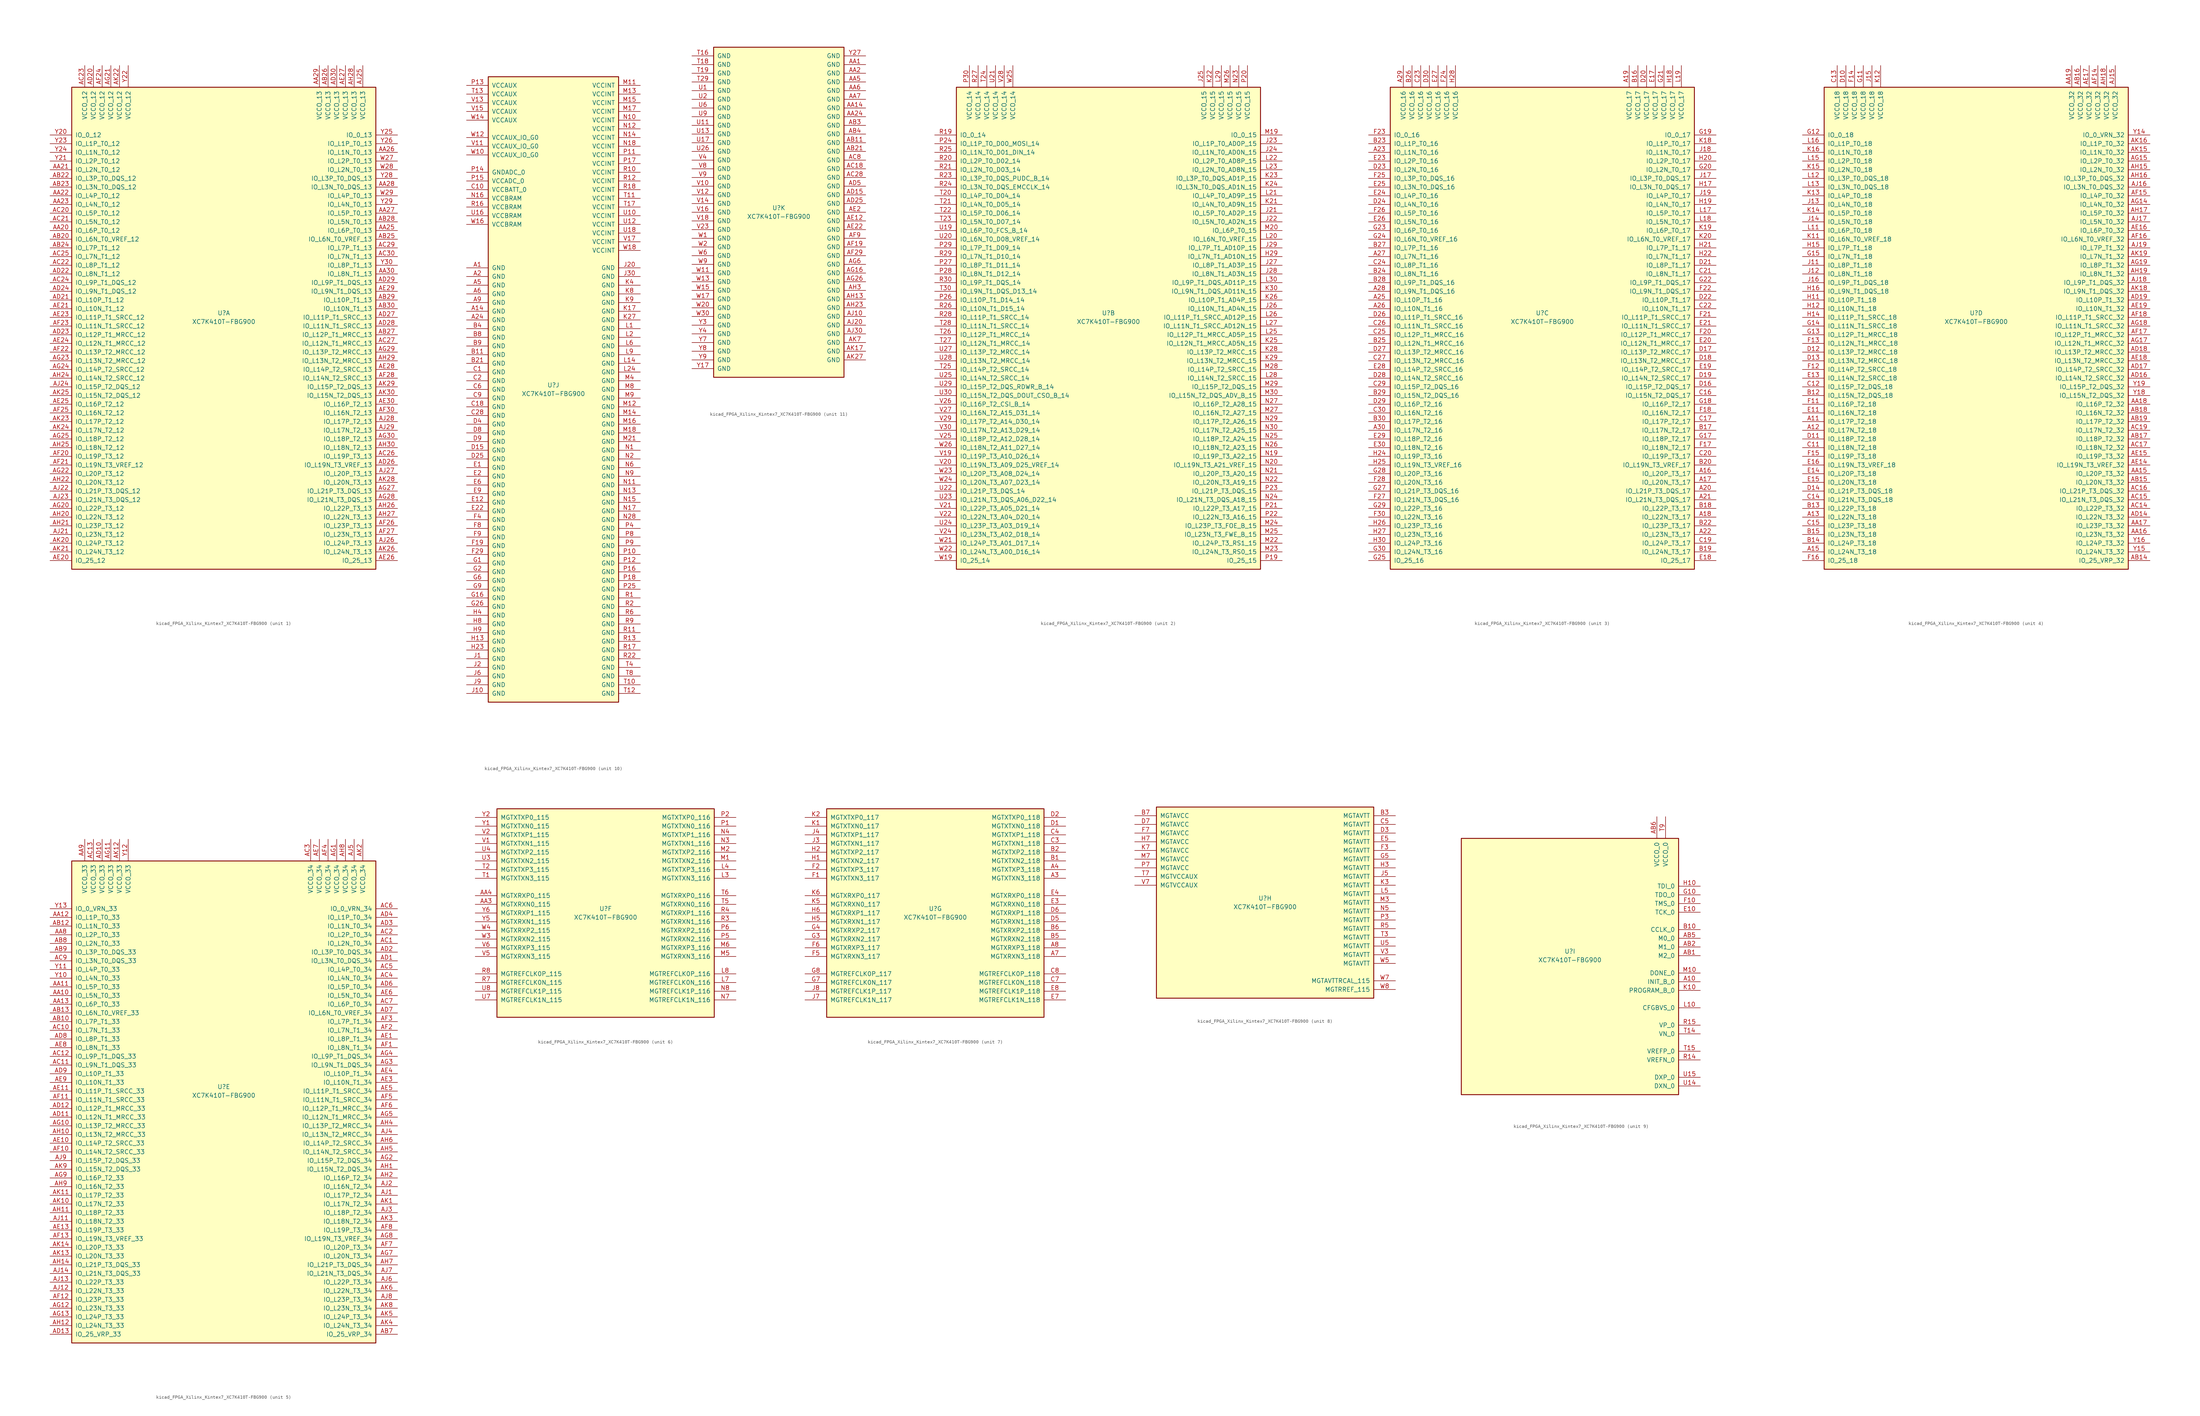
<source format=kicad_sym>
(kicad_symbol_lib
  (version 20220914)
  (generator kicad_symbol_editor)
  (symbol "kicad_FPGA_Xilinx_Kintex7_XC7K410T-FBG900"
    (pin_names
      (offset 1.016))
    (property "Reference" "U"
      (at 0 1.27 0)
      (effects (font (size 1.27 1.27))))
    (property "Value" "XC7K410T-FBG900"
      (at 0 -1.27 0)
      (effects (font (size 1.27 1.27))))
    (property "Datasheet" ""
      (at 0 0 0)
      (effects (font (size 1.27 1.27))))
    (property "ki_locked" ""
      (at 0 0 0)
      (effects (font (size 1.27 1.27))))
    (symbol "kicad_FPGA_Xilinx_Kintex7_XC7K410T-FBG900_1_1"
      (rectangle (start -44.45 67.31) (end 44.45 -73.66) (stroke (width 0.254) (type default)) (fill (type background)))
      (pin bidirectional line (at -50.8 25.4 0) (length 6.35) (name "IO_L6P_T0_12" (effects (font (size 1.27 1.27)))) (number "AA20" (effects (font (size 1.27 1.27)))))
      (pin bidirectional line (at -50.8 43.18 0) (length 6.35) (name "IO_L2N_T0_12" (effects (font (size 1.27 1.27)))) (number "AA21" (effects (font (size 1.27 1.27)))))
      (pin bidirectional line (at -50.8 35.56 0) (length 6.35) (name "IO_L4P_T0_12" (effects (font (size 1.27 1.27)))) (number "AA22" (effects (font (size 1.27 1.27)))))
      (pin bidirectional line (at -50.8 33.02 0) (length 6.35) (name "IO_L4N_T0_12" (effects (font (size 1.27 1.27)))) (number "AA23" (effects (font (size 1.27 1.27)))))
      (pin bidirectional line (at 50.8 25.4 180) (length 6.35) (name "IO_L6P_T0_13" (effects (font (size 1.27 1.27)))) (number "AA25" (effects (font (size 1.27 1.27)))))
      (pin bidirectional line (at 50.8 48.26 180) (length 6.35) (name "IO_L1N_T0_13" (effects (font (size 1.27 1.27)))) (number "AA26" (effects (font (size 1.27 1.27)))))
      (pin bidirectional line (at 50.8 30.48 180) (length 6.35) (name "IO_L5P_T0_13" (effects (font (size 1.27 1.27)))) (number "AA27" (effects (font (size 1.27 1.27)))))
      (pin bidirectional line (at 50.8 38.1 180) (length 6.35) (name "IO_L3N_T0_DQS_13" (effects (font (size 1.27 1.27)))) (number "AA28" (effects (font (size 1.27 1.27)))))
      (pin power_in line (at 27.94 73.66 270) (length 6.35) (name "VCCO_13" (effects (font (size 1.27 1.27)))) (number "AA29" (effects (font (size 1.27 1.27)))))
      (pin bidirectional line (at 50.8 12.7 180) (length 6.35) (name "IO_L8N_T1_13" (effects (font (size 1.27 1.27)))) (number "AA30" (effects (font (size 1.27 1.27)))))
      (pin bidirectional line (at -50.8 22.86 0) (length 6.35) (name "IO_L6N_T0_VREF_12" (effects (font (size 1.27 1.27)))) (number "AB20" (effects (font (size 1.27 1.27)))))
      (pin bidirectional line (at -50.8 40.64 0) (length 6.35) (name "IO_L3P_T0_DQS_12" (effects (font (size 1.27 1.27)))) (number "AB22" (effects (font (size 1.27 1.27)))))
      (pin bidirectional line (at -50.8 38.1 0) (length 6.35) (name "IO_L3N_T0_DQS_12" (effects (font (size 1.27 1.27)))) (number "AB23" (effects (font (size 1.27 1.27)))))
      (pin bidirectional line (at -50.8 20.32 0) (length 6.35) (name "IO_L7P_T1_12" (effects (font (size 1.27 1.27)))) (number "AB24" (effects (font (size 1.27 1.27)))))
      (pin bidirectional line (at 50.8 22.86 180) (length 6.35) (name "IO_L6N_T0_VREF_13" (effects (font (size 1.27 1.27)))) (number "AB25" (effects (font (size 1.27 1.27)))))
      (pin power_in line (at 30.48 73.66 270) (length 6.35) (name "VCCO_13" (effects (font (size 1.27 1.27)))) (number "AB26" (effects (font (size 1.27 1.27)))))
      (pin bidirectional line (at 50.8 -5.08 180) (length 6.35) (name "IO_L12P_T1_MRCC_13" (effects (font (size 1.27 1.27)))) (number "AB27" (effects (font (size 1.27 1.27)))))
      (pin bidirectional line (at 50.8 27.94 180) (length 6.35) (name "IO_L5N_T0_13" (effects (font (size 1.27 1.27)))) (number "AB28" (effects (font (size 1.27 1.27)))))
      (pin bidirectional line (at 50.8 5.08 180) (length 6.35) (name "IO_L10P_T1_13" (effects (font (size 1.27 1.27)))) (number "AB29" (effects (font (size 1.27 1.27)))))
      (pin bidirectional line (at 50.8 2.54 180) (length 6.35) (name "IO_L10N_T1_13" (effects (font (size 1.27 1.27)))) (number "AB30" (effects (font (size 1.27 1.27)))))
      (pin bidirectional line (at -50.8 30.48 0) (length 6.35) (name "IO_L5P_T0_12" (effects (font (size 1.27 1.27)))) (number "AC20" (effects (font (size 1.27 1.27)))))
      (pin bidirectional line (at -50.8 27.94 0) (length 6.35) (name "IO_L5N_T0_12" (effects (font (size 1.27 1.27)))) (number "AC21" (effects (font (size 1.27 1.27)))))
      (pin bidirectional line (at -50.8 15.24 0) (length 6.35) (name "IO_L8P_T1_12" (effects (font (size 1.27 1.27)))) (number "AC22" (effects (font (size 1.27 1.27)))))
      (pin power_in line (at -40.64 73.66 270) (length 6.35) (name "VCCO_12" (effects (font (size 1.27 1.27)))) (number "AC23" (effects (font (size 1.27 1.27)))))
      (pin bidirectional line (at -50.8 10.16 0) (length 6.35) (name "IO_L9P_T1_DQS_12" (effects (font (size 1.27 1.27)))) (number "AC24" (effects (font (size 1.27 1.27)))))
      (pin bidirectional line (at -50.8 17.78 0) (length 6.35) (name "IO_L7N_T1_12" (effects (font (size 1.27 1.27)))) (number "AC25" (effects (font (size 1.27 1.27)))))
      (pin bidirectional line (at 50.8 -40.64 180) (length 6.35) (name "IO_L19P_T3_13" (effects (font (size 1.27 1.27)))) (number "AC26" (effects (font (size 1.27 1.27)))))
      (pin bidirectional line (at 50.8 -7.62 180) (length 6.35) (name "IO_L12N_T1_MRCC_13" (effects (font (size 1.27 1.27)))) (number "AC27" (effects (font (size 1.27 1.27)))))
      (pin bidirectional line (at 50.8 20.32 180) (length 6.35) (name "IO_L7P_T1_13" (effects (font (size 1.27 1.27)))) (number "AC29" (effects (font (size 1.27 1.27)))))
      (pin bidirectional line (at 50.8 17.78 180) (length 6.35) (name "IO_L7N_T1_13" (effects (font (size 1.27 1.27)))) (number "AC30" (effects (font (size 1.27 1.27)))))
      (pin power_in line (at -38.1 73.66 270) (length 6.35) (name "VCCO_12" (effects (font (size 1.27 1.27)))) (number "AD20" (effects (font (size 1.27 1.27)))))
      (pin bidirectional line (at -50.8 5.08 0) (length 6.35) (name "IO_L10P_T1_12" (effects (font (size 1.27 1.27)))) (number "AD21" (effects (font (size 1.27 1.27)))))
      (pin bidirectional line (at -50.8 12.7 0) (length 6.35) (name "IO_L8N_T1_12" (effects (font (size 1.27 1.27)))) (number "AD22" (effects (font (size 1.27 1.27)))))
      (pin bidirectional line (at -50.8 -5.08 0) (length 6.35) (name "IO_L12P_T1_MRCC_12" (effects (font (size 1.27 1.27)))) (number "AD23" (effects (font (size 1.27 1.27)))))
      (pin bidirectional line (at -50.8 7.62 0) (length 6.35) (name "IO_L9N_T1_DQS_12" (effects (font (size 1.27 1.27)))) (number "AD24" (effects (font (size 1.27 1.27)))))
      (pin bidirectional line (at 50.8 -43.18 180) (length 6.35) (name "IO_L19N_T3_VREF_13" (effects (font (size 1.27 1.27)))) (number "AD26" (effects (font (size 1.27 1.27)))))
      (pin bidirectional line (at 50.8 0 180) (length 6.35) (name "IO_L11P_T1_SRCC_13" (effects (font (size 1.27 1.27)))) (number "AD27" (effects (font (size 1.27 1.27)))))
      (pin bidirectional line (at 50.8 -2.54 180) (length 6.35) (name "IO_L11N_T1_SRCC_13" (effects (font (size 1.27 1.27)))) (number "AD28" (effects (font (size 1.27 1.27)))))
      (pin bidirectional line (at 50.8 10.16 180) (length 6.35) (name "IO_L9P_T1_DQS_13" (effects (font (size 1.27 1.27)))) (number "AD29" (effects (font (size 1.27 1.27)))))
      (pin power_in line (at 33.02 73.66 270) (length 6.35) (name "VCCO_13" (effects (font (size 1.27 1.27)))) (number "AD30" (effects (font (size 1.27 1.27)))))
      (pin bidirectional line (at -50.8 -71.12 0) (length 6.35) (name "IO_25_12" (effects (font (size 1.27 1.27)))) (number "AE20" (effects (font (size 1.27 1.27)))))
      (pin bidirectional line (at -50.8 2.54 0) (length 6.35) (name "IO_L10N_T1_12" (effects (font (size 1.27 1.27)))) (number "AE21" (effects (font (size 1.27 1.27)))))
      (pin bidirectional line (at -50.8 0 0) (length 6.35) (name "IO_L11P_T1_SRCC_12" (effects (font (size 1.27 1.27)))) (number "AE23" (effects (font (size 1.27 1.27)))))
      (pin bidirectional line (at -50.8 -7.62 0) (length 6.35) (name "IO_L12N_T1_MRCC_12" (effects (font (size 1.27 1.27)))) (number "AE24" (effects (font (size 1.27 1.27)))))
      (pin bidirectional line (at -50.8 -25.4 0) (length 6.35) (name "IO_L16P_T2_12" (effects (font (size 1.27 1.27)))) (number "AE25" (effects (font (size 1.27 1.27)))))
      (pin bidirectional line (at 50.8 -71.12 180) (length 6.35) (name "IO_25_13" (effects (font (size 1.27 1.27)))) (number "AE26" (effects (font (size 1.27 1.27)))))
      (pin power_in line (at 35.56 73.66 270) (length 6.35) (name "VCCO_13" (effects (font (size 1.27 1.27)))) (number "AE27" (effects (font (size 1.27 1.27)))))
      (pin bidirectional line (at 50.8 -15.24 180) (length 6.35) (name "IO_L14P_T2_SRCC_13" (effects (font (size 1.27 1.27)))) (number "AE28" (effects (font (size 1.27 1.27)))))
      (pin bidirectional line (at 50.8 7.62 180) (length 6.35) (name "IO_L9N_T1_DQS_13" (effects (font (size 1.27 1.27)))) (number "AE29" (effects (font (size 1.27 1.27)))))
      (pin bidirectional line (at 50.8 -25.4 180) (length 6.35) (name "IO_L16P_T2_13" (effects (font (size 1.27 1.27)))) (number "AE30" (effects (font (size 1.27 1.27)))))
      (pin bidirectional line (at -50.8 -40.64 0) (length 6.35) (name "IO_L19P_T3_12" (effects (font (size 1.27 1.27)))) (number "AF20" (effects (font (size 1.27 1.27)))))
      (pin bidirectional line (at -50.8 -43.18 0) (length 6.35) (name "IO_L19N_T3_VREF_12" (effects (font (size 1.27 1.27)))) (number "AF21" (effects (font (size 1.27 1.27)))))
      (pin bidirectional line (at -50.8 -10.16 0) (length 6.35) (name "IO_L13P_T2_MRCC_12" (effects (font (size 1.27 1.27)))) (number "AF22" (effects (font (size 1.27 1.27)))))
      (pin bidirectional line (at -50.8 -2.54 0) (length 6.35) (name "IO_L11N_T1_SRCC_12" (effects (font (size 1.27 1.27)))) (number "AF23" (effects (font (size 1.27 1.27)))))
      (pin power_in line (at -35.56 73.66 270) (length 6.35) (name "VCCO_12" (effects (font (size 1.27 1.27)))) (number "AF24" (effects (font (size 1.27 1.27)))))
      (pin bidirectional line (at -50.8 -27.94 0) (length 6.35) (name "IO_L16N_T2_12" (effects (font (size 1.27 1.27)))) (number "AF25" (effects (font (size 1.27 1.27)))))
      (pin bidirectional line (at 50.8 -60.96 180) (length 6.35) (name "IO_L23P_T3_13" (effects (font (size 1.27 1.27)))) (number "AF26" (effects (font (size 1.27 1.27)))))
      (pin bidirectional line (at 50.8 -63.5 180) (length 6.35) (name "IO_L23N_T3_13" (effects (font (size 1.27 1.27)))) (number "AF27" (effects (font (size 1.27 1.27)))))
      (pin bidirectional line (at 50.8 -17.78 180) (length 6.35) (name "IO_L14N_T2_SRCC_13" (effects (font (size 1.27 1.27)))) (number "AF28" (effects (font (size 1.27 1.27)))))
      (pin bidirectional line (at 50.8 -27.94 180) (length 6.35) (name "IO_L16N_T2_13" (effects (font (size 1.27 1.27)))) (number "AF30" (effects (font (size 1.27 1.27)))))
      (pin bidirectional line (at -50.8 -55.88 0) (length 6.35) (name "IO_L22P_T3_12" (effects (font (size 1.27 1.27)))) (number "AG20" (effects (font (size 1.27 1.27)))))
      (pin power_in line (at -33.02 73.66 270) (length 6.35) (name "VCCO_12" (effects (font (size 1.27 1.27)))) (number "AG21" (effects (font (size 1.27 1.27)))))
      (pin bidirectional line (at -50.8 -45.72 0) (length 6.35) (name "IO_L20P_T3_12" (effects (font (size 1.27 1.27)))) (number "AG22" (effects (font (size 1.27 1.27)))))
      (pin bidirectional line (at -50.8 -12.7 0) (length 6.35) (name "IO_L13N_T2_MRCC_12" (effects (font (size 1.27 1.27)))) (number "AG23" (effects (font (size 1.27 1.27)))))
      (pin bidirectional line (at -50.8 -15.24 0) (length 6.35) (name "IO_L14P_T2_SRCC_12" (effects (font (size 1.27 1.27)))) (number "AG24" (effects (font (size 1.27 1.27)))))
      (pin bidirectional line (at -50.8 -35.56 0) (length 6.35) (name "IO_L18P_T2_12" (effects (font (size 1.27 1.27)))) (number "AG25" (effects (font (size 1.27 1.27)))))
      (pin bidirectional line (at 50.8 -50.8 180) (length 6.35) (name "IO_L21P_T3_DQS_13" (effects (font (size 1.27 1.27)))) (number "AG27" (effects (font (size 1.27 1.27)))))
      (pin bidirectional line (at 50.8 -53.34 180) (length 6.35) (name "IO_L21N_T3_DQS_13" (effects (font (size 1.27 1.27)))) (number "AG28" (effects (font (size 1.27 1.27)))))
      (pin bidirectional line (at 50.8 -10.16 180) (length 6.35) (name "IO_L13P_T2_MRCC_13" (effects (font (size 1.27 1.27)))) (number "AG29" (effects (font (size 1.27 1.27)))))
      (pin bidirectional line (at 50.8 -35.56 180) (length 6.35) (name "IO_L18P_T2_13" (effects (font (size 1.27 1.27)))) (number "AG30" (effects (font (size 1.27 1.27)))))
      (pin bidirectional line (at -50.8 -58.42 0) (length 6.35) (name "IO_L22N_T3_12" (effects (font (size 1.27 1.27)))) (number "AH20" (effects (font (size 1.27 1.27)))))
      (pin bidirectional line (at -50.8 -60.96 0) (length 6.35) (name "IO_L23P_T3_12" (effects (font (size 1.27 1.27)))) (number "AH21" (effects (font (size 1.27 1.27)))))
      (pin bidirectional line (at -50.8 -48.26 0) (length 6.35) (name "IO_L20N_T3_12" (effects (font (size 1.27 1.27)))) (number "AH22" (effects (font (size 1.27 1.27)))))
      (pin bidirectional line (at -50.8 -17.78 0) (length 6.35) (name "IO_L14N_T2_SRCC_12" (effects (font (size 1.27 1.27)))) (number "AH24" (effects (font (size 1.27 1.27)))))
      (pin bidirectional line (at -50.8 -38.1 0) (length 6.35) (name "IO_L18N_T2_12" (effects (font (size 1.27 1.27)))) (number "AH25" (effects (font (size 1.27 1.27)))))
      (pin bidirectional line (at 50.8 -55.88 180) (length 6.35) (name "IO_L22P_T3_13" (effects (font (size 1.27 1.27)))) (number "AH26" (effects (font (size 1.27 1.27)))))
      (pin bidirectional line (at 50.8 -58.42 180) (length 6.35) (name "IO_L22N_T3_13" (effects (font (size 1.27 1.27)))) (number "AH27" (effects (font (size 1.27 1.27)))))
      (pin power_in line (at 38.1 73.66 270) (length 6.35) (name "VCCO_13" (effects (font (size 1.27 1.27)))) (number "AH28" (effects (font (size 1.27 1.27)))))
      (pin bidirectional line (at 50.8 -12.7 180) (length 6.35) (name "IO_L13N_T2_MRCC_13" (effects (font (size 1.27 1.27)))) (number "AH29" (effects (font (size 1.27 1.27)))))
      (pin bidirectional line (at 50.8 -38.1 180) (length 6.35) (name "IO_L18N_T2_13" (effects (font (size 1.27 1.27)))) (number "AH30" (effects (font (size 1.27 1.27)))))
      (pin bidirectional line (at -50.8 -63.5 0) (length 6.35) (name "IO_L23N_T3_12" (effects (font (size 1.27 1.27)))) (number "AJ21" (effects (font (size 1.27 1.27)))))
      (pin bidirectional line (at -50.8 -50.8 0) (length 6.35) (name "IO_L21P_T3_DQS_12" (effects (font (size 1.27 1.27)))) (number "AJ22" (effects (font (size 1.27 1.27)))))
      (pin bidirectional line (at -50.8 -53.34 0) (length 6.35) (name "IO_L21N_T3_DQS_12" (effects (font (size 1.27 1.27)))) (number "AJ23" (effects (font (size 1.27 1.27)))))
      (pin bidirectional line (at -50.8 -20.32 0) (length 6.35) (name "IO_L15P_T2_DQS_12" (effects (font (size 1.27 1.27)))) (number "AJ24" (effects (font (size 1.27 1.27)))))
      (pin power_in line (at 40.64 73.66 270) (length 6.35) (name "VCCO_13" (effects (font (size 1.27 1.27)))) (number "AJ25" (effects (font (size 1.27 1.27)))))
      (pin bidirectional line (at 50.8 -66.04 180) (length 6.35) (name "IO_L24P_T3_13" (effects (font (size 1.27 1.27)))) (number "AJ26" (effects (font (size 1.27 1.27)))))
      (pin bidirectional line (at 50.8 -45.72 180) (length 6.35) (name "IO_L20P_T3_13" (effects (font (size 1.27 1.27)))) (number "AJ27" (effects (font (size 1.27 1.27)))))
      (pin bidirectional line (at 50.8 -30.48 180) (length 6.35) (name "IO_L17P_T2_13" (effects (font (size 1.27 1.27)))) (number "AJ28" (effects (font (size 1.27 1.27)))))
      (pin bidirectional line (at 50.8 -33.02 180) (length 6.35) (name "IO_L17N_T2_13" (effects (font (size 1.27 1.27)))) (number "AJ29" (effects (font (size 1.27 1.27)))))
      (pin bidirectional line (at -50.8 -66.04 0) (length 6.35) (name "IO_L24P_T3_12" (effects (font (size 1.27 1.27)))) (number "AK20" (effects (font (size 1.27 1.27)))))
      (pin bidirectional line (at -50.8 -68.58 0) (length 6.35) (name "IO_L24N_T3_12" (effects (font (size 1.27 1.27)))) (number "AK21" (effects (font (size 1.27 1.27)))))
      (pin power_in line (at -30.48 73.66 270) (length 6.35) (name "VCCO_12" (effects (font (size 1.27 1.27)))) (number "AK22" (effects (font (size 1.27 1.27)))))
      (pin bidirectional line (at -50.8 -30.48 0) (length 6.35) (name "IO_L17P_T2_12" (effects (font (size 1.27 1.27)))) (number "AK23" (effects (font (size 1.27 1.27)))))
      (pin bidirectional line (at -50.8 -33.02 0) (length 6.35) (name "IO_L17N_T2_12" (effects (font (size 1.27 1.27)))) (number "AK24" (effects (font (size 1.27 1.27)))))
      (pin bidirectional line (at -50.8 -22.86 0) (length 6.35) (name "IO_L15N_T2_DQS_12" (effects (font (size 1.27 1.27)))) (number "AK25" (effects (font (size 1.27 1.27)))))
      (pin bidirectional line (at 50.8 -68.58 180) (length 6.35) (name "IO_L24N_T3_13" (effects (font (size 1.27 1.27)))) (number "AK26" (effects (font (size 1.27 1.27)))))
      (pin bidirectional line (at 50.8 -48.26 180) (length 6.35) (name "IO_L20N_T3_13" (effects (font (size 1.27 1.27)))) (number "AK28" (effects (font (size 1.27 1.27)))))
      (pin bidirectional line (at 50.8 -20.32 180) (length 6.35) (name "IO_L15P_T2_DQS_13" (effects (font (size 1.27 1.27)))) (number "AK29" (effects (font (size 1.27 1.27)))))
      (pin bidirectional line (at 50.8 -22.86 180) (length 6.35) (name "IO_L15N_T2_DQS_13" (effects (font (size 1.27 1.27)))) (number "AK30" (effects (font (size 1.27 1.27)))))
      (pin bidirectional line (at 50.8 45.72 180) (length 6.35) (name "IO_L2P_T0_13" (effects (font (size 1.27 1.27)))) (number "W27" (effects (font (size 1.27 1.27)))))
      (pin bidirectional line (at 50.8 43.18 180) (length 6.35) (name "IO_L2N_T0_13" (effects (font (size 1.27 1.27)))) (number "W28" (effects (font (size 1.27 1.27)))))
      (pin bidirectional line (at 50.8 35.56 180) (length 6.35) (name "IO_L4P_T0_13" (effects (font (size 1.27 1.27)))) (number "W29" (effects (font (size 1.27 1.27)))))
      (pin bidirectional line (at -50.8 53.34 0) (length 6.35) (name "IO_0_12" (effects (font (size 1.27 1.27)))) (number "Y20" (effects (font (size 1.27 1.27)))))
      (pin bidirectional line (at -50.8 45.72 0) (length 6.35) (name "IO_L2P_T0_12" (effects (font (size 1.27 1.27)))) (number "Y21" (effects (font (size 1.27 1.27)))))
      (pin power_in line (at -27.94 73.66 270) (length 6.35) (name "VCCO_12" (effects (font (size 1.27 1.27)))) (number "Y22" (effects (font (size 1.27 1.27)))))
      (pin bidirectional line (at -50.8 50.8 0) (length 6.35) (name "IO_L1P_T0_12" (effects (font (size 1.27 1.27)))) (number "Y23" (effects (font (size 1.27 1.27)))))
      (pin bidirectional line (at -50.8 48.26 0) (length 6.35) (name "IO_L1N_T0_12" (effects (font (size 1.27 1.27)))) (number "Y24" (effects (font (size 1.27 1.27)))))
      (pin bidirectional line (at 50.8 53.34 180) (length 6.35) (name "IO_0_13" (effects (font (size 1.27 1.27)))) (number "Y25" (effects (font (size 1.27 1.27)))))
      (pin bidirectional line (at 50.8 50.8 180) (length 6.35) (name "IO_L1P_T0_13" (effects (font (size 1.27 1.27)))) (number "Y26" (effects (font (size 1.27 1.27)))))
      (pin bidirectional line (at 50.8 40.64 180) (length 6.35) (name "IO_L3P_T0_DQS_13" (effects (font (size 1.27 1.27)))) (number "Y28" (effects (font (size 1.27 1.27)))))
      (pin bidirectional line (at 50.8 33.02 180) (length 6.35) (name "IO_L4N_T0_13" (effects (font (size 1.27 1.27)))) (number "Y29" (effects (font (size 1.27 1.27)))))
      (pin bidirectional line (at 50.8 15.24 180) (length 6.35) (name "IO_L8P_T1_13" (effects (font (size 1.27 1.27)))) (number "Y30" (effects (font (size 1.27 1.27))))))
    (symbol "kicad_FPGA_Xilinx_Kintex7_XC7K410T-FBG900_2_1"
      (rectangle (start -44.45 67.31) (end 44.45 -73.66) (stroke (width 0.254) (type default)) (fill (type background)))
      (pin bidirectional line (at 50.8 17.78 180) (length 6.35) (name "IO_L7N_T1_AD10N_15" (effects (font (size 1.27 1.27)))) (number "H29" (effects (font (size 1.27 1.27)))))
      (pin bidirectional line (at 50.8 30.48 180) (length 6.35) (name "IO_L5P_T0_AD2P_15" (effects (font (size 1.27 1.27)))) (number "J21" (effects (font (size 1.27 1.27)))))
      (pin bidirectional line (at 50.8 27.94 180) (length 6.35) (name "IO_L5N_T0_AD2N_15" (effects (font (size 1.27 1.27)))) (number "J22" (effects (font (size 1.27 1.27)))))
      (pin bidirectional line (at 50.8 50.8 180) (length 6.35) (name "IO_L1P_T0_AD0P_15" (effects (font (size 1.27 1.27)))) (number "J23" (effects (font (size 1.27 1.27)))))
      (pin bidirectional line (at 50.8 48.26 180) (length 6.35) (name "IO_L1N_T0_AD0N_15" (effects (font (size 1.27 1.27)))) (number "J24" (effects (font (size 1.27 1.27)))))
      (pin power_in line (at 27.94 73.66 270) (length 6.35) (name "VCCO_15" (effects (font (size 1.27 1.27)))) (number "J25" (effects (font (size 1.27 1.27)))))
      (pin bidirectional line (at 50.8 2.54 180) (length 6.35) (name "IO_L10N_T1_AD4N_15" (effects (font (size 1.27 1.27)))) (number "J26" (effects (font (size 1.27 1.27)))))
      (pin bidirectional line (at 50.8 15.24 180) (length 6.35) (name "IO_L8P_T1_AD3P_15" (effects (font (size 1.27 1.27)))) (number "J27" (effects (font (size 1.27 1.27)))))
      (pin bidirectional line (at 50.8 12.7 180) (length 6.35) (name "IO_L8N_T1_AD3N_15" (effects (font (size 1.27 1.27)))) (number "J28" (effects (font (size 1.27 1.27)))))
      (pin bidirectional line (at 50.8 20.32 180) (length 6.35) (name "IO_L7P_T1_AD10P_15" (effects (font (size 1.27 1.27)))) (number "J29" (effects (font (size 1.27 1.27)))))
      (pin bidirectional line (at 50.8 33.02 180) (length 6.35) (name "IO_L4N_T0_AD9N_15" (effects (font (size 1.27 1.27)))) (number "K21" (effects (font (size 1.27 1.27)))))
      (pin power_in line (at 30.48 73.66 270) (length 6.35) (name "VCCO_15" (effects (font (size 1.27 1.27)))) (number "K22" (effects (font (size 1.27 1.27)))))
      (pin bidirectional line (at 50.8 40.64 180) (length 6.35) (name "IO_L3P_T0_DQS_AD1P_15" (effects (font (size 1.27 1.27)))) (number "K23" (effects (font (size 1.27 1.27)))))
      (pin bidirectional line (at 50.8 38.1 180) (length 6.35) (name "IO_L3N_T0_DQS_AD1N_15" (effects (font (size 1.27 1.27)))) (number "K24" (effects (font (size 1.27 1.27)))))
      (pin bidirectional line (at 50.8 -7.62 180) (length 6.35) (name "IO_L12N_T1_MRCC_AD5N_15" (effects (font (size 1.27 1.27)))) (number "K25" (effects (font (size 1.27 1.27)))))
      (pin bidirectional line (at 50.8 5.08 180) (length 6.35) (name "IO_L10P_T1_AD4P_15" (effects (font (size 1.27 1.27)))) (number "K26" (effects (font (size 1.27 1.27)))))
      (pin bidirectional line (at 50.8 -10.16 180) (length 6.35) (name "IO_L13P_T2_MRCC_15" (effects (font (size 1.27 1.27)))) (number "K28" (effects (font (size 1.27 1.27)))))
      (pin bidirectional line (at 50.8 -12.7 180) (length 6.35) (name "IO_L13N_T2_MRCC_15" (effects (font (size 1.27 1.27)))) (number "K29" (effects (font (size 1.27 1.27)))))
      (pin bidirectional line (at 50.8 7.62 180) (length 6.35) (name "IO_L9N_T1_DQS_AD11N_15" (effects (font (size 1.27 1.27)))) (number "K30" (effects (font (size 1.27 1.27)))))
      (pin bidirectional line (at 50.8 22.86 180) (length 6.35) (name "IO_L6N_T0_VREF_15" (effects (font (size 1.27 1.27)))) (number "L20" (effects (font (size 1.27 1.27)))))
      (pin bidirectional line (at 50.8 35.56 180) (length 6.35) (name "IO_L4P_T0_AD9P_15" (effects (font (size 1.27 1.27)))) (number "L21" (effects (font (size 1.27 1.27)))))
      (pin bidirectional line (at 50.8 45.72 180) (length 6.35) (name "IO_L2P_T0_AD8P_15" (effects (font (size 1.27 1.27)))) (number "L22" (effects (font (size 1.27 1.27)))))
      (pin bidirectional line (at 50.8 43.18 180) (length 6.35) (name "IO_L2N_T0_AD8N_15" (effects (font (size 1.27 1.27)))) (number "L23" (effects (font (size 1.27 1.27)))))
      (pin bidirectional line (at 50.8 -5.08 180) (length 6.35) (name "IO_L12P_T1_MRCC_AD5P_15" (effects (font (size 1.27 1.27)))) (number "L25" (effects (font (size 1.27 1.27)))))
      (pin bidirectional line (at 50.8 0 180) (length 6.35) (name "IO_L11P_T1_SRCC_AD12P_15" (effects (font (size 1.27 1.27)))) (number "L26" (effects (font (size 1.27 1.27)))))
      (pin bidirectional line (at 50.8 -2.54 180) (length 6.35) (name "IO_L11N_T1_SRCC_AD12N_15" (effects (font (size 1.27 1.27)))) (number "L27" (effects (font (size 1.27 1.27)))))
      (pin bidirectional line (at 50.8 -17.78 180) (length 6.35) (name "IO_L14N_T2_SRCC_15" (effects (font (size 1.27 1.27)))) (number "L28" (effects (font (size 1.27 1.27)))))
      (pin power_in line (at 33.02 73.66 270) (length 6.35) (name "VCCO_15" (effects (font (size 1.27 1.27)))) (number "L29" (effects (font (size 1.27 1.27)))))
      (pin bidirectional line (at 50.8 10.16 180) (length 6.35) (name "IO_L9P_T1_DQS_AD11P_15" (effects (font (size 1.27 1.27)))) (number "L30" (effects (font (size 1.27 1.27)))))
      (pin bidirectional line (at 50.8 53.34 180) (length 6.35) (name "IO_0_15" (effects (font (size 1.27 1.27)))) (number "M19" (effects (font (size 1.27 1.27)))))
      (pin bidirectional line (at 50.8 25.4 180) (length 6.35) (name "IO_L6P_T0_15" (effects (font (size 1.27 1.27)))) (number "M20" (effects (font (size 1.27 1.27)))))
      (pin bidirectional line (at 50.8 -66.04 180) (length 6.35) (name "IO_L24P_T3_RS1_15" (effects (font (size 1.27 1.27)))) (number "M22" (effects (font (size 1.27 1.27)))))
      (pin bidirectional line (at 50.8 -68.58 180) (length 6.35) (name "IO_L24N_T3_RS0_15" (effects (font (size 1.27 1.27)))) (number "M23" (effects (font (size 1.27 1.27)))))
      (pin bidirectional line (at 50.8 -60.96 180) (length 6.35) (name "IO_L23P_T3_FOE_B_15" (effects (font (size 1.27 1.27)))) (number "M24" (effects (font (size 1.27 1.27)))))
      (pin bidirectional line (at 50.8 -63.5 180) (length 6.35) (name "IO_L23N_T3_FWE_B_15" (effects (font (size 1.27 1.27)))) (number "M25" (effects (font (size 1.27 1.27)))))
      (pin power_in line (at 35.56 73.66 270) (length 6.35) (name "VCCO_15" (effects (font (size 1.27 1.27)))) (number "M26" (effects (font (size 1.27 1.27)))))
      (pin bidirectional line (at 50.8 -27.94 180) (length 6.35) (name "IO_L16N_T2_A27_15" (effects (font (size 1.27 1.27)))) (number "M27" (effects (font (size 1.27 1.27)))))
      (pin bidirectional line (at 50.8 -15.24 180) (length 6.35) (name "IO_L14P_T2_SRCC_15" (effects (font (size 1.27 1.27)))) (number "M28" (effects (font (size 1.27 1.27)))))
      (pin bidirectional line (at 50.8 -20.32 180) (length 6.35) (name "IO_L15P_T2_DQS_15" (effects (font (size 1.27 1.27)))) (number "M29" (effects (font (size 1.27 1.27)))))
      (pin bidirectional line (at 50.8 -22.86 180) (length 6.35) (name "IO_L15N_T2_DQS_ADV_B_15" (effects (font (size 1.27 1.27)))) (number "M30" (effects (font (size 1.27 1.27)))))
      (pin bidirectional line (at 50.8 -40.64 180) (length 6.35) (name "IO_L19P_T3_A22_15" (effects (font (size 1.27 1.27)))) (number "N19" (effects (font (size 1.27 1.27)))))
      (pin bidirectional line (at 50.8 -43.18 180) (length 6.35) (name "IO_L19N_T3_A21_VREF_15" (effects (font (size 1.27 1.27)))) (number "N20" (effects (font (size 1.27 1.27)))))
      (pin bidirectional line (at 50.8 -45.72 180) (length 6.35) (name "IO_L20P_T3_A20_15" (effects (font (size 1.27 1.27)))) (number "N21" (effects (font (size 1.27 1.27)))))
      (pin bidirectional line (at 50.8 -48.26 180) (length 6.35) (name "IO_L20N_T3_A19_15" (effects (font (size 1.27 1.27)))) (number "N22" (effects (font (size 1.27 1.27)))))
      (pin power_in line (at 38.1 73.66 270) (length 6.35) (name "VCCO_15" (effects (font (size 1.27 1.27)))) (number "N23" (effects (font (size 1.27 1.27)))))
      (pin bidirectional line (at 50.8 -53.34 180) (length 6.35) (name "IO_L21N_T3_DQS_A18_15" (effects (font (size 1.27 1.27)))) (number "N24" (effects (font (size 1.27 1.27)))))
      (pin bidirectional line (at 50.8 -35.56 180) (length 6.35) (name "IO_L18P_T2_A24_15" (effects (font (size 1.27 1.27)))) (number "N25" (effects (font (size 1.27 1.27)))))
      (pin bidirectional line (at 50.8 -38.1 180) (length 6.35) (name "IO_L18N_T2_A23_15" (effects (font (size 1.27 1.27)))) (number "N26" (effects (font (size 1.27 1.27)))))
      (pin bidirectional line (at 50.8 -25.4 180) (length 6.35) (name "IO_L16P_T2_A28_15" (effects (font (size 1.27 1.27)))) (number "N27" (effects (font (size 1.27 1.27)))))
      (pin bidirectional line (at 50.8 -30.48 180) (length 6.35) (name "IO_L17P_T2_A26_15" (effects (font (size 1.27 1.27)))) (number "N29" (effects (font (size 1.27 1.27)))))
      (pin bidirectional line (at 50.8 -33.02 180) (length 6.35) (name "IO_L17N_T2_A25_15" (effects (font (size 1.27 1.27)))) (number "N30" (effects (font (size 1.27 1.27)))))
      (pin bidirectional line (at 50.8 -71.12 180) (length 6.35) (name "IO_25_15" (effects (font (size 1.27 1.27)))) (number "P19" (effects (font (size 1.27 1.27)))))
      (pin power_in line (at 40.64 73.66 270) (length 6.35) (name "VCCO_15" (effects (font (size 1.27 1.27)))) (number "P20" (effects (font (size 1.27 1.27)))))
      (pin bidirectional line (at 50.8 -55.88 180) (length 6.35) (name "IO_L22P_T3_A17_15" (effects (font (size 1.27 1.27)))) (number "P21" (effects (font (size 1.27 1.27)))))
      (pin bidirectional line (at 50.8 -58.42 180) (length 6.35) (name "IO_L22N_T3_A16_15" (effects (font (size 1.27 1.27)))) (number "P22" (effects (font (size 1.27 1.27)))))
      (pin bidirectional line (at 50.8 -50.8 180) (length 6.35) (name "IO_L21P_T3_DQS_15" (effects (font (size 1.27 1.27)))) (number "P23" (effects (font (size 1.27 1.27)))))
      (pin bidirectional line (at -50.8 50.8 0) (length 6.35) (name "IO_L1P_T0_D00_MOSI_14" (effects (font (size 1.27 1.27)))) (number "P24" (effects (font (size 1.27 1.27)))))
      (pin bidirectional line (at -50.8 5.08 0) (length 6.35) (name "IO_L10P_T1_D14_14" (effects (font (size 1.27 1.27)))) (number "P26" (effects (font (size 1.27 1.27)))))
      (pin bidirectional line (at -50.8 15.24 0) (length 6.35) (name "IO_L8P_T1_D11_14" (effects (font (size 1.27 1.27)))) (number "P27" (effects (font (size 1.27 1.27)))))
      (pin bidirectional line (at -50.8 12.7 0) (length 6.35) (name "IO_L8N_T1_D12_14" (effects (font (size 1.27 1.27)))) (number "P28" (effects (font (size 1.27 1.27)))))
      (pin bidirectional line (at -50.8 20.32 0) (length 6.35) (name "IO_L7P_T1_D09_14" (effects (font (size 1.27 1.27)))) (number "P29" (effects (font (size 1.27 1.27)))))
      (pin power_in line (at -40.64 73.66 270) (length 6.35) (name "VCCO_14" (effects (font (size 1.27 1.27)))) (number "P30" (effects (font (size 1.27 1.27)))))
      (pin bidirectional line (at -50.8 53.34 0) (length 6.35) (name "IO_0_14" (effects (font (size 1.27 1.27)))) (number "R19" (effects (font (size 1.27 1.27)))))
      (pin bidirectional line (at -50.8 45.72 0) (length 6.35) (name "IO_L2P_T0_D02_14" (effects (font (size 1.27 1.27)))) (number "R20" (effects (font (size 1.27 1.27)))))
      (pin bidirectional line (at -50.8 43.18 0) (length 6.35) (name "IO_L2N_T0_D03_14" (effects (font (size 1.27 1.27)))) (number "R21" (effects (font (size 1.27 1.27)))))
      (pin bidirectional line (at -50.8 40.64 0) (length 6.35) (name "IO_L3P_T0_DQS_PUDC_B_14" (effects (font (size 1.27 1.27)))) (number "R23" (effects (font (size 1.27 1.27)))))
      (pin bidirectional line (at -50.8 38.1 0) (length 6.35) (name "IO_L3N_T0_DQS_EMCCLK_14" (effects (font (size 1.27 1.27)))) (number "R24" (effects (font (size 1.27 1.27)))))
      (pin bidirectional line (at -50.8 48.26 0) (length 6.35) (name "IO_L1N_T0_D01_DIN_14" (effects (font (size 1.27 1.27)))) (number "R25" (effects (font (size 1.27 1.27)))))
      (pin bidirectional line (at -50.8 2.54 0) (length 6.35) (name "IO_L10N_T1_D15_14" (effects (font (size 1.27 1.27)))) (number "R26" (effects (font (size 1.27 1.27)))))
      (pin power_in line (at -38.1 73.66 270) (length 6.35) (name "VCCO_14" (effects (font (size 1.27 1.27)))) (number "R27" (effects (font (size 1.27 1.27)))))
      (pin bidirectional line (at -50.8 0 0) (length 6.35) (name "IO_L11P_T1_SRCC_14" (effects (font (size 1.27 1.27)))) (number "R28" (effects (font (size 1.27 1.27)))))
      (pin bidirectional line (at -50.8 17.78 0) (length 6.35) (name "IO_L7N_T1_D10_14" (effects (font (size 1.27 1.27)))) (number "R29" (effects (font (size 1.27 1.27)))))
      (pin bidirectional line (at -50.8 10.16 0) (length 6.35) (name "IO_L9P_T1_DQS_14" (effects (font (size 1.27 1.27)))) (number "R30" (effects (font (size 1.27 1.27)))))
      (pin bidirectional line (at -50.8 35.56 0) (length 6.35) (name "IO_L4P_T0_D04_14" (effects (font (size 1.27 1.27)))) (number "T20" (effects (font (size 1.27 1.27)))))
      (pin bidirectional line (at -50.8 33.02 0) (length 6.35) (name "IO_L4N_T0_D05_14" (effects (font (size 1.27 1.27)))) (number "T21" (effects (font (size 1.27 1.27)))))
      (pin bidirectional line (at -50.8 30.48 0) (length 6.35) (name "IO_L5P_T0_D06_14" (effects (font (size 1.27 1.27)))) (number "T22" (effects (font (size 1.27 1.27)))))
      (pin bidirectional line (at -50.8 27.94 0) (length 6.35) (name "IO_L5N_T0_D07_14" (effects (font (size 1.27 1.27)))) (number "T23" (effects (font (size 1.27 1.27)))))
      (pin power_in line (at -35.56 73.66 270) (length 6.35) (name "VCCO_14" (effects (font (size 1.27 1.27)))) (number "T24" (effects (font (size 1.27 1.27)))))
      (pin bidirectional line (at -50.8 -15.24 0) (length 6.35) (name "IO_L14P_T2_SRCC_14" (effects (font (size 1.27 1.27)))) (number "T25" (effects (font (size 1.27 1.27)))))
      (pin bidirectional line (at -50.8 -5.08 0) (length 6.35) (name "IO_L12P_T1_MRCC_14" (effects (font (size 1.27 1.27)))) (number "T26" (effects (font (size 1.27 1.27)))))
      (pin bidirectional line (at -50.8 -7.62 0) (length 6.35) (name "IO_L12N_T1_MRCC_14" (effects (font (size 1.27 1.27)))) (number "T27" (effects (font (size 1.27 1.27)))))
      (pin bidirectional line (at -50.8 -2.54 0) (length 6.35) (name "IO_L11N_T1_SRCC_14" (effects (font (size 1.27 1.27)))) (number "T28" (effects (font (size 1.27 1.27)))))
      (pin bidirectional line (at -50.8 7.62 0) (length 6.35) (name "IO_L9N_T1_DQS_D13_14" (effects (font (size 1.27 1.27)))) (number "T30" (effects (font (size 1.27 1.27)))))
      (pin bidirectional line (at -50.8 25.4 0) (length 6.35) (name "IO_L6P_T0_FCS_B_14" (effects (font (size 1.27 1.27)))) (number "U19" (effects (font (size 1.27 1.27)))))
      (pin bidirectional line (at -50.8 22.86 0) (length 6.35) (name "IO_L6N_T0_D08_VREF_14" (effects (font (size 1.27 1.27)))) (number "U20" (effects (font (size 1.27 1.27)))))
      (pin power_in line (at -33.02 73.66 270) (length 6.35) (name "VCCO_14" (effects (font (size 1.27 1.27)))) (number "U21" (effects (font (size 1.27 1.27)))))
      (pin bidirectional line (at -50.8 -50.8 0) (length 6.35) (name "IO_L21P_T3_DQS_14" (effects (font (size 1.27 1.27)))) (number "U22" (effects (font (size 1.27 1.27)))))
      (pin bidirectional line (at -50.8 -53.34 0) (length 6.35) (name "IO_L21N_T3_DQS_A06_D22_14" (effects (font (size 1.27 1.27)))) (number "U23" (effects (font (size 1.27 1.27)))))
      (pin bidirectional line (at -50.8 -60.96 0) (length 6.35) (name "IO_L23P_T3_A03_D19_14" (effects (font (size 1.27 1.27)))) (number "U24" (effects (font (size 1.27 1.27)))))
      (pin bidirectional line (at -50.8 -17.78 0) (length 6.35) (name "IO_L14N_T2_SRCC_14" (effects (font (size 1.27 1.27)))) (number "U25" (effects (font (size 1.27 1.27)))))
      (pin bidirectional line (at -50.8 -10.16 0) (length 6.35) (name "IO_L13P_T2_MRCC_14" (effects (font (size 1.27 1.27)))) (number "U27" (effects (font (size 1.27 1.27)))))
      (pin bidirectional line (at -50.8 -12.7 0) (length 6.35) (name "IO_L13N_T2_MRCC_14" (effects (font (size 1.27 1.27)))) (number "U28" (effects (font (size 1.27 1.27)))))
      (pin bidirectional line (at -50.8 -20.32 0) (length 6.35) (name "IO_L15P_T2_DQS_RDWR_B_14" (effects (font (size 1.27 1.27)))) (number "U29" (effects (font (size 1.27 1.27)))))
      (pin bidirectional line (at -50.8 -22.86 0) (length 6.35) (name "IO_L15N_T2_DQS_DOUT_CSO_B_14" (effects (font (size 1.27 1.27)))) (number "U30" (effects (font (size 1.27 1.27)))))
      (pin bidirectional line (at -50.8 -40.64 0) (length 6.35) (name "IO_L19P_T3_A10_D26_14" (effects (font (size 1.27 1.27)))) (number "V19" (effects (font (size 1.27 1.27)))))
      (pin bidirectional line (at -50.8 -43.18 0) (length 6.35) (name "IO_L19N_T3_A09_D25_VREF_14" (effects (font (size 1.27 1.27)))) (number "V20" (effects (font (size 1.27 1.27)))))
      (pin bidirectional line (at -50.8 -55.88 0) (length 6.35) (name "IO_L22P_T3_A05_D21_14" (effects (font (size 1.27 1.27)))) (number "V21" (effects (font (size 1.27 1.27)))))
      (pin bidirectional line (at -50.8 -58.42 0) (length 6.35) (name "IO_L22N_T3_A04_D20_14" (effects (font (size 1.27 1.27)))) (number "V22" (effects (font (size 1.27 1.27)))))
      (pin bidirectional line (at -50.8 -63.5 0) (length 6.35) (name "IO_L23N_T3_A02_D18_14" (effects (font (size 1.27 1.27)))) (number "V24" (effects (font (size 1.27 1.27)))))
      (pin bidirectional line (at -50.8 -35.56 0) (length 6.35) (name "IO_L18P_T2_A12_D28_14" (effects (font (size 1.27 1.27)))) (number "V25" (effects (font (size 1.27 1.27)))))
      (pin bidirectional line (at -50.8 -25.4 0) (length 6.35) (name "IO_L16P_T2_CSI_B_14" (effects (font (size 1.27 1.27)))) (number "V26" (effects (font (size 1.27 1.27)))))
      (pin bidirectional line (at -50.8 -27.94 0) (length 6.35) (name "IO_L16N_T2_A15_D31_14" (effects (font (size 1.27 1.27)))) (number "V27" (effects (font (size 1.27 1.27)))))
      (pin power_in line (at -30.48 73.66 270) (length 6.35) (name "VCCO_14" (effects (font (size 1.27 1.27)))) (number "V28" (effects (font (size 1.27 1.27)))))
      (pin bidirectional line (at -50.8 -30.48 0) (length 6.35) (name "IO_L17P_T2_A14_D30_14" (effects (font (size 1.27 1.27)))) (number "V29" (effects (font (size 1.27 1.27)))))
      (pin bidirectional line (at -50.8 -33.02 0) (length 6.35) (name "IO_L17N_T2_A13_D29_14" (effects (font (size 1.27 1.27)))) (number "V30" (effects (font (size 1.27 1.27)))))
      (pin bidirectional line (at -50.8 -71.12 0) (length 6.35) (name "IO_25_14" (effects (font (size 1.27 1.27)))) (number "W19" (effects (font (size 1.27 1.27)))))
      (pin bidirectional line (at -50.8 -66.04 0) (length 6.35) (name "IO_L24P_T3_A01_D17_14" (effects (font (size 1.27 1.27)))) (number "W21" (effects (font (size 1.27 1.27)))))
      (pin bidirectional line (at -50.8 -68.58 0) (length 6.35) (name "IO_L24N_T3_A00_D16_14" (effects (font (size 1.27 1.27)))) (number "W22" (effects (font (size 1.27 1.27)))))
      (pin bidirectional line (at -50.8 -45.72 0) (length 6.35) (name "IO_L20P_T3_A08_D24_14" (effects (font (size 1.27 1.27)))) (number "W23" (effects (font (size 1.27 1.27)))))
      (pin bidirectional line (at -50.8 -48.26 0) (length 6.35) (name "IO_L20N_T3_A07_D23_14" (effects (font (size 1.27 1.27)))) (number "W24" (effects (font (size 1.27 1.27)))))
      (pin power_in line (at -27.94 73.66 270) (length 6.35) (name "VCCO_14" (effects (font (size 1.27 1.27)))) (number "W25" (effects (font (size 1.27 1.27)))))
      (pin bidirectional line (at -50.8 -38.1 0) (length 6.35) (name "IO_L18N_T2_A11_D27_14" (effects (font (size 1.27 1.27)))) (number "W26" (effects (font (size 1.27 1.27))))))
    (symbol "kicad_FPGA_Xilinx_Kintex7_XC7K410T-FBG900_3_1"
      (rectangle (start -44.45 67.31) (end 44.45 -73.66) (stroke (width 0.254) (type default)) (fill (type background)))
      (pin bidirectional line (at 50.8 -45.72 180) (length 6.35) (name "IO_L20P_T3_17" (effects (font (size 1.27 1.27)))) (number "A16" (effects (font (size 1.27 1.27)))))
      (pin bidirectional line (at 50.8 -48.26 180) (length 6.35) (name "IO_L20N_T3_17" (effects (font (size 1.27 1.27)))) (number "A17" (effects (font (size 1.27 1.27)))))
      (pin bidirectional line (at 50.8 -58.42 180) (length 6.35) (name "IO_L22N_T3_17" (effects (font (size 1.27 1.27)))) (number "A18" (effects (font (size 1.27 1.27)))))
      (pin power_in line (at 25.4 73.66 270) (length 6.35) (name "VCCO_17" (effects (font (size 1.27 1.27)))) (number "A19" (effects (font (size 1.27 1.27)))))
      (pin bidirectional line (at 50.8 -50.8 180) (length 6.35) (name "IO_L21P_T3_DQS_17" (effects (font (size 1.27 1.27)))) (number "A20" (effects (font (size 1.27 1.27)))))
      (pin bidirectional line (at 50.8 -53.34 180) (length 6.35) (name "IO_L21N_T3_DQS_17" (effects (font (size 1.27 1.27)))) (number "A21" (effects (font (size 1.27 1.27)))))
      (pin bidirectional line (at 50.8 -63.5 180) (length 6.35) (name "IO_L23N_T3_17" (effects (font (size 1.27 1.27)))) (number "A22" (effects (font (size 1.27 1.27)))))
      (pin bidirectional line (at -50.8 48.26 0) (length 6.35) (name "IO_L1N_T0_16" (effects (font (size 1.27 1.27)))) (number "A23" (effects (font (size 1.27 1.27)))))
      (pin bidirectional line (at -50.8 5.08 0) (length 6.35) (name "IO_L10P_T1_16" (effects (font (size 1.27 1.27)))) (number "A25" (effects (font (size 1.27 1.27)))))
      (pin bidirectional line (at -50.8 2.54 0) (length 6.35) (name "IO_L10N_T1_16" (effects (font (size 1.27 1.27)))) (number "A26" (effects (font (size 1.27 1.27)))))
      (pin bidirectional line (at -50.8 17.78 0) (length 6.35) (name "IO_L7N_T1_16" (effects (font (size 1.27 1.27)))) (number "A27" (effects (font (size 1.27 1.27)))))
      (pin bidirectional line (at -50.8 7.62 0) (length 6.35) (name "IO_L9N_T1_DQS_16" (effects (font (size 1.27 1.27)))) (number "A28" (effects (font (size 1.27 1.27)))))
      (pin power_in line (at -40.64 73.66 270) (length 6.35) (name "VCCO_16" (effects (font (size 1.27 1.27)))) (number "A29" (effects (font (size 1.27 1.27)))))
      (pin bidirectional line (at -50.8 -33.02 0) (length 6.35) (name "IO_L17N_T2_16" (effects (font (size 1.27 1.27)))) (number "A30" (effects (font (size 1.27 1.27)))))
      (pin power_in line (at 27.94 73.66 270) (length 6.35) (name "VCCO_17" (effects (font (size 1.27 1.27)))) (number "B16" (effects (font (size 1.27 1.27)))))
      (pin bidirectional line (at 50.8 -33.02 180) (length 6.35) (name "IO_L17N_T2_17" (effects (font (size 1.27 1.27)))) (number "B17" (effects (font (size 1.27 1.27)))))
      (pin bidirectional line (at 50.8 -55.88 180) (length 6.35) (name "IO_L22P_T3_17" (effects (font (size 1.27 1.27)))) (number "B18" (effects (font (size 1.27 1.27)))))
      (pin bidirectional line (at 50.8 -68.58 180) (length 6.35) (name "IO_L24N_T3_17" (effects (font (size 1.27 1.27)))) (number "B19" (effects (font (size 1.27 1.27)))))
      (pin bidirectional line (at 50.8 -43.18 180) (length 6.35) (name "IO_L19N_T3_VREF_17" (effects (font (size 1.27 1.27)))) (number "B20" (effects (font (size 1.27 1.27)))))
      (pin bidirectional line (at 50.8 -60.96 180) (length 6.35) (name "IO_L23P_T3_17" (effects (font (size 1.27 1.27)))) (number "B22" (effects (font (size 1.27 1.27)))))
      (pin bidirectional line (at -50.8 50.8 0) (length 6.35) (name "IO_L1P_T0_16" (effects (font (size 1.27 1.27)))) (number "B23" (effects (font (size 1.27 1.27)))))
      (pin bidirectional line (at -50.8 12.7 0) (length 6.35) (name "IO_L8N_T1_16" (effects (font (size 1.27 1.27)))) (number "B24" (effects (font (size 1.27 1.27)))))
      (pin bidirectional line (at -50.8 -7.62 0) (length 6.35) (name "IO_L12N_T1_MRCC_16" (effects (font (size 1.27 1.27)))) (number "B25" (effects (font (size 1.27 1.27)))))
      (pin power_in line (at -38.1 73.66 270) (length 6.35) (name "VCCO_16" (effects (font (size 1.27 1.27)))) (number "B26" (effects (font (size 1.27 1.27)))))
      (pin bidirectional line (at -50.8 20.32 0) (length 6.35) (name "IO_L7P_T1_16" (effects (font (size 1.27 1.27)))) (number "B27" (effects (font (size 1.27 1.27)))))
      (pin bidirectional line (at -50.8 10.16 0) (length 6.35) (name "IO_L9P_T1_DQS_16" (effects (font (size 1.27 1.27)))) (number "B28" (effects (font (size 1.27 1.27)))))
      (pin bidirectional line (at -50.8 -22.86 0) (length 6.35) (name "IO_L15N_T2_DQS_16" (effects (font (size 1.27 1.27)))) (number "B29" (effects (font (size 1.27 1.27)))))
      (pin bidirectional line (at -50.8 -30.48 0) (length 6.35) (name "IO_L17P_T2_16" (effects (font (size 1.27 1.27)))) (number "B30" (effects (font (size 1.27 1.27)))))
      (pin bidirectional line (at 50.8 -22.86 180) (length 6.35) (name "IO_L15N_T2_DQS_17" (effects (font (size 1.27 1.27)))) (number "C16" (effects (font (size 1.27 1.27)))))
      (pin bidirectional line (at 50.8 -30.48 180) (length 6.35) (name "IO_L17P_T2_17" (effects (font (size 1.27 1.27)))) (number "C17" (effects (font (size 1.27 1.27)))))
      (pin bidirectional line (at 50.8 -66.04 180) (length 6.35) (name "IO_L24P_T3_17" (effects (font (size 1.27 1.27)))) (number "C19" (effects (font (size 1.27 1.27)))))
      (pin bidirectional line (at 50.8 -40.64 180) (length 6.35) (name "IO_L19P_T3_17" (effects (font (size 1.27 1.27)))) (number "C20" (effects (font (size 1.27 1.27)))))
      (pin bidirectional line (at 50.8 12.7 180) (length 6.35) (name "IO_L8N_T1_17" (effects (font (size 1.27 1.27)))) (number "C21" (effects (font (size 1.27 1.27)))))
      (pin bidirectional line (at 50.8 2.54 180) (length 6.35) (name "IO_L10N_T1_17" (effects (font (size 1.27 1.27)))) (number "C22" (effects (font (size 1.27 1.27)))))
      (pin power_in line (at -35.56 73.66 270) (length 6.35) (name "VCCO_16" (effects (font (size 1.27 1.27)))) (number "C23" (effects (font (size 1.27 1.27)))))
      (pin bidirectional line (at -50.8 15.24 0) (length 6.35) (name "IO_L8P_T1_16" (effects (font (size 1.27 1.27)))) (number "C24" (effects (font (size 1.27 1.27)))))
      (pin bidirectional line (at -50.8 -5.08 0) (length 6.35) (name "IO_L12P_T1_MRCC_16" (effects (font (size 1.27 1.27)))) (number "C25" (effects (font (size 1.27 1.27)))))
      (pin bidirectional line (at -50.8 -2.54 0) (length 6.35) (name "IO_L11N_T1_SRCC_16" (effects (font (size 1.27 1.27)))) (number "C26" (effects (font (size 1.27 1.27)))))
      (pin bidirectional line (at -50.8 -12.7 0) (length 6.35) (name "IO_L13N_T2_MRCC_16" (effects (font (size 1.27 1.27)))) (number "C27" (effects (font (size 1.27 1.27)))))
      (pin bidirectional line (at -50.8 -20.32 0) (length 6.35) (name "IO_L15P_T2_DQS_16" (effects (font (size 1.27 1.27)))) (number "C29" (effects (font (size 1.27 1.27)))))
      (pin bidirectional line (at -50.8 -27.94 0) (length 6.35) (name "IO_L16N_T2_16" (effects (font (size 1.27 1.27)))) (number "C30" (effects (font (size 1.27 1.27)))))
      (pin bidirectional line (at 50.8 -20.32 180) (length 6.35) (name "IO_L15P_T2_DQS_17" (effects (font (size 1.27 1.27)))) (number "D16" (effects (font (size 1.27 1.27)))))
      (pin bidirectional line (at 50.8 -10.16 180) (length 6.35) (name "IO_L13P_T2_MRCC_17" (effects (font (size 1.27 1.27)))) (number "D17" (effects (font (size 1.27 1.27)))))
      (pin bidirectional line (at 50.8 -12.7 180) (length 6.35) (name "IO_L13N_T2_MRCC_17" (effects (font (size 1.27 1.27)))) (number "D18" (effects (font (size 1.27 1.27)))))
      (pin bidirectional line (at 50.8 -17.78 180) (length 6.35) (name "IO_L14N_T2_SRCC_17" (effects (font (size 1.27 1.27)))) (number "D19" (effects (font (size 1.27 1.27)))))
      (pin power_in line (at 30.48 73.66 270) (length 6.35) (name "VCCO_17" (effects (font (size 1.27 1.27)))) (number "D20" (effects (font (size 1.27 1.27)))))
      (pin bidirectional line (at 50.8 15.24 180) (length 6.35) (name "IO_L8P_T1_17" (effects (font (size 1.27 1.27)))) (number "D21" (effects (font (size 1.27 1.27)))))
      (pin bidirectional line (at 50.8 5.08 180) (length 6.35) (name "IO_L10P_T1_17" (effects (font (size 1.27 1.27)))) (number "D22" (effects (font (size 1.27 1.27)))))
      (pin bidirectional line (at -50.8 43.18 0) (length 6.35) (name "IO_L2N_T0_16" (effects (font (size 1.27 1.27)))) (number "D23" (effects (font (size 1.27 1.27)))))
      (pin bidirectional line (at -50.8 33.02 0) (length 6.35) (name "IO_L4N_T0_16" (effects (font (size 1.27 1.27)))) (number "D24" (effects (font (size 1.27 1.27)))))
      (pin bidirectional line (at -50.8 0 0) (length 6.35) (name "IO_L11P_T1_SRCC_16" (effects (font (size 1.27 1.27)))) (number "D26" (effects (font (size 1.27 1.27)))))
      (pin bidirectional line (at -50.8 -10.16 0) (length 6.35) (name "IO_L13P_T2_MRCC_16" (effects (font (size 1.27 1.27)))) (number "D27" (effects (font (size 1.27 1.27)))))
      (pin bidirectional line (at -50.8 -17.78 0) (length 6.35) (name "IO_L14N_T2_SRCC_16" (effects (font (size 1.27 1.27)))) (number "D28" (effects (font (size 1.27 1.27)))))
      (pin bidirectional line (at -50.8 -25.4 0) (length 6.35) (name "IO_L16P_T2_16" (effects (font (size 1.27 1.27)))) (number "D29" (effects (font (size 1.27 1.27)))))
      (pin power_in line (at -33.02 73.66 270) (length 6.35) (name "VCCO_16" (effects (font (size 1.27 1.27)))) (number "D30" (effects (font (size 1.27 1.27)))))
      (pin power_in line (at 33.02 73.66 270) (length 6.35) (name "VCCO_17" (effects (font (size 1.27 1.27)))) (number "E17" (effects (font (size 1.27 1.27)))))
      (pin bidirectional line (at 50.8 -71.12 180) (length 6.35) (name "IO_25_17" (effects (font (size 1.27 1.27)))) (number "E18" (effects (font (size 1.27 1.27)))))
      (pin bidirectional line (at 50.8 -15.24 180) (length 6.35) (name "IO_L14P_T2_SRCC_17" (effects (font (size 1.27 1.27)))) (number "E19" (effects (font (size 1.27 1.27)))))
      (pin bidirectional line (at 50.8 -7.62 180) (length 6.35) (name "IO_L12N_T1_MRCC_17" (effects (font (size 1.27 1.27)))) (number "E20" (effects (font (size 1.27 1.27)))))
      (pin bidirectional line (at 50.8 -2.54 180) (length 6.35) (name "IO_L11N_T1_SRCC_17" (effects (font (size 1.27 1.27)))) (number "E21" (effects (font (size 1.27 1.27)))))
      (pin bidirectional line (at -50.8 45.72 0) (length 6.35) (name "IO_L2P_T0_16" (effects (font (size 1.27 1.27)))) (number "E23" (effects (font (size 1.27 1.27)))))
      (pin bidirectional line (at -50.8 35.56 0) (length 6.35) (name "IO_L4P_T0_16" (effects (font (size 1.27 1.27)))) (number "E24" (effects (font (size 1.27 1.27)))))
      (pin bidirectional line (at -50.8 38.1 0) (length 6.35) (name "IO_L3N_T0_DQS_16" (effects (font (size 1.27 1.27)))) (number "E25" (effects (font (size 1.27 1.27)))))
      (pin bidirectional line (at -50.8 27.94 0) (length 6.35) (name "IO_L5N_T0_16" (effects (font (size 1.27 1.27)))) (number "E26" (effects (font (size 1.27 1.27)))))
      (pin power_in line (at -30.48 73.66 270) (length 6.35) (name "VCCO_16" (effects (font (size 1.27 1.27)))) (number "E27" (effects (font (size 1.27 1.27)))))
      (pin bidirectional line (at -50.8 -15.24 0) (length 6.35) (name "IO_L14P_T2_SRCC_16" (effects (font (size 1.27 1.27)))) (number "E28" (effects (font (size 1.27 1.27)))))
      (pin bidirectional line (at -50.8 -35.56 0) (length 6.35) (name "IO_L18P_T2_16" (effects (font (size 1.27 1.27)))) (number "E29" (effects (font (size 1.27 1.27)))))
      (pin bidirectional line (at -50.8 -38.1 0) (length 6.35) (name "IO_L18N_T2_16" (effects (font (size 1.27 1.27)))) (number "E30" (effects (font (size 1.27 1.27)))))
      (pin bidirectional line (at 50.8 -38.1 180) (length 6.35) (name "IO_L18N_T2_17" (effects (font (size 1.27 1.27)))) (number "F17" (effects (font (size 1.27 1.27)))))
      (pin bidirectional line (at 50.8 -27.94 180) (length 6.35) (name "IO_L16N_T2_17" (effects (font (size 1.27 1.27)))) (number "F18" (effects (font (size 1.27 1.27)))))
      (pin bidirectional line (at 50.8 -5.08 180) (length 6.35) (name "IO_L12P_T1_MRCC_17" (effects (font (size 1.27 1.27)))) (number "F20" (effects (font (size 1.27 1.27)))))
      (pin bidirectional line (at 50.8 0 180) (length 6.35) (name "IO_L11P_T1_SRCC_17" (effects (font (size 1.27 1.27)))) (number "F21" (effects (font (size 1.27 1.27)))))
      (pin bidirectional line (at 50.8 7.62 180) (length 6.35) (name "IO_L9N_T1_DQS_17" (effects (font (size 1.27 1.27)))) (number "F22" (effects (font (size 1.27 1.27)))))
      (pin bidirectional line (at -50.8 53.34 0) (length 6.35) (name "IO_0_16" (effects (font (size 1.27 1.27)))) (number "F23" (effects (font (size 1.27 1.27)))))
      (pin power_in line (at -27.94 73.66 270) (length 6.35) (name "VCCO_16" (effects (font (size 1.27 1.27)))) (number "F24" (effects (font (size 1.27 1.27)))))
      (pin bidirectional line (at -50.8 40.64 0) (length 6.35) (name "IO_L3P_T0_DQS_16" (effects (font (size 1.27 1.27)))) (number "F25" (effects (font (size 1.27 1.27)))))
      (pin bidirectional line (at -50.8 30.48 0) (length 6.35) (name "IO_L5P_T0_16" (effects (font (size 1.27 1.27)))) (number "F26" (effects (font (size 1.27 1.27)))))
      (pin bidirectional line (at -50.8 -53.34 0) (length 6.35) (name "IO_L21N_T3_DQS_16" (effects (font (size 1.27 1.27)))) (number "F27" (effects (font (size 1.27 1.27)))))
      (pin bidirectional line (at -50.8 -48.26 0) (length 6.35) (name "IO_L20N_T3_16" (effects (font (size 1.27 1.27)))) (number "F28" (effects (font (size 1.27 1.27)))))
      (pin bidirectional line (at -50.8 -58.42 0) (length 6.35) (name "IO_L22N_T3_16" (effects (font (size 1.27 1.27)))) (number "F30" (effects (font (size 1.27 1.27)))))
      (pin bidirectional line (at 50.8 -35.56 180) (length 6.35) (name "IO_L18P_T2_17" (effects (font (size 1.27 1.27)))) (number "G17" (effects (font (size 1.27 1.27)))))
      (pin bidirectional line (at 50.8 -25.4 180) (length 6.35) (name "IO_L16P_T2_17" (effects (font (size 1.27 1.27)))) (number "G18" (effects (font (size 1.27 1.27)))))
      (pin bidirectional line (at 50.8 53.34 180) (length 6.35) (name "IO_0_17" (effects (font (size 1.27 1.27)))) (number "G19" (effects (font (size 1.27 1.27)))))
      (pin bidirectional line (at 50.8 43.18 180) (length 6.35) (name "IO_L2N_T0_17" (effects (font (size 1.27 1.27)))) (number "G20" (effects (font (size 1.27 1.27)))))
      (pin power_in line (at 35.56 73.66 270) (length 6.35) (name "VCCO_17" (effects (font (size 1.27 1.27)))) (number "G21" (effects (font (size 1.27 1.27)))))
      (pin bidirectional line (at 50.8 10.16 180) (length 6.35) (name "IO_L9P_T1_DQS_17" (effects (font (size 1.27 1.27)))) (number "G22" (effects (font (size 1.27 1.27)))))
      (pin bidirectional line (at -50.8 25.4 0) (length 6.35) (name "IO_L6P_T0_16" (effects (font (size 1.27 1.27)))) (number "G23" (effects (font (size 1.27 1.27)))))
      (pin bidirectional line (at -50.8 22.86 0) (length 6.35) (name "IO_L6N_T0_VREF_16" (effects (font (size 1.27 1.27)))) (number "G24" (effects (font (size 1.27 1.27)))))
      (pin bidirectional line (at -50.8 -71.12 0) (length 6.35) (name "IO_25_16" (effects (font (size 1.27 1.27)))) (number "G25" (effects (font (size 1.27 1.27)))))
      (pin bidirectional line (at -50.8 -50.8 0) (length 6.35) (name "IO_L21P_T3_DQS_16" (effects (font (size 1.27 1.27)))) (number "G27" (effects (font (size 1.27 1.27)))))
      (pin bidirectional line (at -50.8 -45.72 0) (length 6.35) (name "IO_L20P_T3_16" (effects (font (size 1.27 1.27)))) (number "G28" (effects (font (size 1.27 1.27)))))
      (pin bidirectional line (at -50.8 -55.88 0) (length 6.35) (name "IO_L22P_T3_16" (effects (font (size 1.27 1.27)))) (number "G29" (effects (font (size 1.27 1.27)))))
      (pin bidirectional line (at -50.8 -68.58 0) (length 6.35) (name "IO_L24N_T3_16" (effects (font (size 1.27 1.27)))) (number "G30" (effects (font (size 1.27 1.27)))))
      (pin bidirectional line (at 50.8 38.1 180) (length 6.35) (name "IO_L3N_T0_DQS_17" (effects (font (size 1.27 1.27)))) (number "H17" (effects (font (size 1.27 1.27)))))
      (pin power_in line (at 38.1 73.66 270) (length 6.35) (name "VCCO_17" (effects (font (size 1.27 1.27)))) (number "H18" (effects (font (size 1.27 1.27)))))
      (pin bidirectional line (at 50.8 33.02 180) (length 6.35) (name "IO_L4N_T0_17" (effects (font (size 1.27 1.27)))) (number "H19" (effects (font (size 1.27 1.27)))))
      (pin bidirectional line (at 50.8 45.72 180) (length 6.35) (name "IO_L2P_T0_17" (effects (font (size 1.27 1.27)))) (number "H20" (effects (font (size 1.27 1.27)))))
      (pin bidirectional line (at 50.8 20.32 180) (length 6.35) (name "IO_L7P_T1_17" (effects (font (size 1.27 1.27)))) (number "H21" (effects (font (size 1.27 1.27)))))
      (pin bidirectional line (at 50.8 17.78 180) (length 6.35) (name "IO_L7N_T1_17" (effects (font (size 1.27 1.27)))) (number "H22" (effects (font (size 1.27 1.27)))))
      (pin bidirectional line (at -50.8 -40.64 0) (length 6.35) (name "IO_L19P_T3_16" (effects (font (size 1.27 1.27)))) (number "H24" (effects (font (size 1.27 1.27)))))
      (pin bidirectional line (at -50.8 -43.18 0) (length 6.35) (name "IO_L19N_T3_VREF_16" (effects (font (size 1.27 1.27)))) (number "H25" (effects (font (size 1.27 1.27)))))
      (pin bidirectional line (at -50.8 -60.96 0) (length 6.35) (name "IO_L23P_T3_16" (effects (font (size 1.27 1.27)))) (number "H26" (effects (font (size 1.27 1.27)))))
      (pin bidirectional line (at -50.8 -63.5 0) (length 6.35) (name "IO_L23N_T3_16" (effects (font (size 1.27 1.27)))) (number "H27" (effects (font (size 1.27 1.27)))))
      (pin power_in line (at -25.4 73.66 270) (length 6.35) (name "VCCO_16" (effects (font (size 1.27 1.27)))) (number "H28" (effects (font (size 1.27 1.27)))))
      (pin bidirectional line (at -50.8 -66.04 0) (length 6.35) (name "IO_L24P_T3_16" (effects (font (size 1.27 1.27)))) (number "H30" (effects (font (size 1.27 1.27)))))
      (pin bidirectional line (at 50.8 40.64 180) (length 6.35) (name "IO_L3P_T0_DQS_17" (effects (font (size 1.27 1.27)))) (number "J17" (effects (font (size 1.27 1.27)))))
      (pin bidirectional line (at 50.8 48.26 180) (length 6.35) (name "IO_L1N_T0_17" (effects (font (size 1.27 1.27)))) (number "J18" (effects (font (size 1.27 1.27)))))
      (pin bidirectional line (at 50.8 35.56 180) (length 6.35) (name "IO_L4P_T0_17" (effects (font (size 1.27 1.27)))) (number "J19" (effects (font (size 1.27 1.27)))))
      (pin bidirectional line (at 50.8 50.8 180) (length 6.35) (name "IO_L1P_T0_17" (effects (font (size 1.27 1.27)))) (number "K18" (effects (font (size 1.27 1.27)))))
      (pin bidirectional line (at 50.8 25.4 180) (length 6.35) (name "IO_L6P_T0_17" (effects (font (size 1.27 1.27)))) (number "K19" (effects (font (size 1.27 1.27)))))
      (pin bidirectional line (at 50.8 22.86 180) (length 6.35) (name "IO_L6N_T0_VREF_17" (effects (font (size 1.27 1.27)))) (number "K20" (effects (font (size 1.27 1.27)))))
      (pin bidirectional line (at 50.8 30.48 180) (length 6.35) (name "IO_L5P_T0_17" (effects (font (size 1.27 1.27)))) (number "L17" (effects (font (size 1.27 1.27)))))
      (pin bidirectional line (at 50.8 27.94 180) (length 6.35) (name "IO_L5N_T0_17" (effects (font (size 1.27 1.27)))) (number "L18" (effects (font (size 1.27 1.27)))))
      (pin power_in line (at 40.64 73.66 270) (length 6.35) (name "VCCO_17" (effects (font (size 1.27 1.27)))) (number "L19" (effects (font (size 1.27 1.27))))))
    (symbol "kicad_FPGA_Xilinx_Kintex7_XC7K410T-FBG900_4_1"
      (rectangle (start -44.45 67.31) (end 44.45 -73.66) (stroke (width 0.254) (type default)) (fill (type background)))
      (pin bidirectional line (at -50.8 -30.48 0) (length 6.35) (name "IO_L17P_T2_18" (effects (font (size 1.27 1.27)))) (number "A11" (effects (font (size 1.27 1.27)))))
      (pin bidirectional line (at -50.8 -33.02 0) (length 6.35) (name "IO_L17N_T2_18" (effects (font (size 1.27 1.27)))) (number "A12" (effects (font (size 1.27 1.27)))))
      (pin bidirectional line (at -50.8 -58.42 0) (length 6.35) (name "IO_L22N_T3_18" (effects (font (size 1.27 1.27)))) (number "A13" (effects (font (size 1.27 1.27)))))
      (pin bidirectional line (at -50.8 -68.58 0) (length 6.35) (name "IO_L24N_T3_18" (effects (font (size 1.27 1.27)))) (number "A15" (effects (font (size 1.27 1.27)))))
      (pin bidirectional line (at 50.8 -45.72 180) (length 6.35) (name "IO_L20P_T3_32" (effects (font (size 1.27 1.27)))) (number "AA15" (effects (font (size 1.27 1.27)))))
      (pin bidirectional line (at 50.8 -63.5 180) (length 6.35) (name "IO_L23N_T3_32" (effects (font (size 1.27 1.27)))) (number "AA16" (effects (font (size 1.27 1.27)))))
      (pin bidirectional line (at 50.8 -60.96 180) (length 6.35) (name "IO_L23P_T3_32" (effects (font (size 1.27 1.27)))) (number "AA17" (effects (font (size 1.27 1.27)))))
      (pin bidirectional line (at 50.8 -25.4 180) (length 6.35) (name "IO_L16P_T2_32" (effects (font (size 1.27 1.27)))) (number "AA18" (effects (font (size 1.27 1.27)))))
      (pin power_in line (at 27.94 73.66 270) (length 6.35) (name "VCCO_32" (effects (font (size 1.27 1.27)))) (number "AA19" (effects (font (size 1.27 1.27)))))
      (pin bidirectional line (at 50.8 -71.12 180) (length 6.35) (name "IO_25_VRP_32" (effects (font (size 1.27 1.27)))) (number "AB14" (effects (font (size 1.27 1.27)))))
      (pin bidirectional line (at 50.8 -48.26 180) (length 6.35) (name "IO_L20N_T3_32" (effects (font (size 1.27 1.27)))) (number "AB15" (effects (font (size 1.27 1.27)))))
      (pin power_in line (at 30.48 73.66 270) (length 6.35) (name "VCCO_32" (effects (font (size 1.27 1.27)))) (number "AB16" (effects (font (size 1.27 1.27)))))
      (pin bidirectional line (at 50.8 -35.56 180) (length 6.35) (name "IO_L18P_T2_32" (effects (font (size 1.27 1.27)))) (number "AB17" (effects (font (size 1.27 1.27)))))
      (pin bidirectional line (at 50.8 -27.94 180) (length 6.35) (name "IO_L16N_T2_32" (effects (font (size 1.27 1.27)))) (number "AB18" (effects (font (size 1.27 1.27)))))
      (pin bidirectional line (at 50.8 -30.48 180) (length 6.35) (name "IO_L17P_T2_32" (effects (font (size 1.27 1.27)))) (number "AB19" (effects (font (size 1.27 1.27)))))
      (pin bidirectional line (at 50.8 -55.88 180) (length 6.35) (name "IO_L22P_T3_32" (effects (font (size 1.27 1.27)))) (number "AC14" (effects (font (size 1.27 1.27)))))
      (pin bidirectional line (at 50.8 -53.34 180) (length 6.35) (name "IO_L21N_T3_DQS_32" (effects (font (size 1.27 1.27)))) (number "AC15" (effects (font (size 1.27 1.27)))))
      (pin bidirectional line (at 50.8 -50.8 180) (length 6.35) (name "IO_L21P_T3_DQS_32" (effects (font (size 1.27 1.27)))) (number "AC16" (effects (font (size 1.27 1.27)))))
      (pin bidirectional line (at 50.8 -38.1 180) (length 6.35) (name "IO_L18N_T2_32" (effects (font (size 1.27 1.27)))) (number "AC17" (effects (font (size 1.27 1.27)))))
      (pin bidirectional line (at 50.8 -33.02 180) (length 6.35) (name "IO_L17N_T2_32" (effects (font (size 1.27 1.27)))) (number "AC19" (effects (font (size 1.27 1.27)))))
      (pin bidirectional line (at 50.8 -58.42 180) (length 6.35) (name "IO_L22N_T3_32" (effects (font (size 1.27 1.27)))) (number "AD14" (effects (font (size 1.27 1.27)))))
      (pin bidirectional line (at 50.8 -17.78 180) (length 6.35) (name "IO_L14N_T2_SRCC_32" (effects (font (size 1.27 1.27)))) (number "AD16" (effects (font (size 1.27 1.27)))))
      (pin bidirectional line (at 50.8 -15.24 180) (length 6.35) (name "IO_L14P_T2_SRCC_32" (effects (font (size 1.27 1.27)))) (number "AD17" (effects (font (size 1.27 1.27)))))
      (pin bidirectional line (at 50.8 -10.16 180) (length 6.35) (name "IO_L13P_T2_MRCC_32" (effects (font (size 1.27 1.27)))) (number "AD18" (effects (font (size 1.27 1.27)))))
      (pin bidirectional line (at 50.8 5.08 180) (length 6.35) (name "IO_L10P_T1_32" (effects (font (size 1.27 1.27)))) (number "AD19" (effects (font (size 1.27 1.27)))))
      (pin bidirectional line (at 50.8 -43.18 180) (length 6.35) (name "IO_L19N_T3_VREF_32" (effects (font (size 1.27 1.27)))) (number "AE14" (effects (font (size 1.27 1.27)))))
      (pin bidirectional line (at 50.8 -40.64 180) (length 6.35) (name "IO_L19P_T3_32" (effects (font (size 1.27 1.27)))) (number "AE15" (effects (font (size 1.27 1.27)))))
      (pin bidirectional line (at 50.8 25.4 180) (length 6.35) (name "IO_L6P_T0_32" (effects (font (size 1.27 1.27)))) (number "AE16" (effects (font (size 1.27 1.27)))))
      (pin power_in line (at 33.02 73.66 270) (length 6.35) (name "VCCO_32" (effects (font (size 1.27 1.27)))) (number "AE17" (effects (font (size 1.27 1.27)))))
      (pin bidirectional line (at 50.8 -12.7 180) (length 6.35) (name "IO_L13N_T2_MRCC_32" (effects (font (size 1.27 1.27)))) (number "AE18" (effects (font (size 1.27 1.27)))))
      (pin bidirectional line (at 50.8 2.54 180) (length 6.35) (name "IO_L10N_T1_32" (effects (font (size 1.27 1.27)))) (number "AE19" (effects (font (size 1.27 1.27)))))
      (pin power_in line (at 35.56 73.66 270) (length 6.35) (name "VCCO_32" (effects (font (size 1.27 1.27)))) (number "AF14" (effects (font (size 1.27 1.27)))))
      (pin bidirectional line (at 50.8 35.56 180) (length 6.35) (name "IO_L4P_T0_32" (effects (font (size 1.27 1.27)))) (number "AF15" (effects (font (size 1.27 1.27)))))
      (pin bidirectional line (at 50.8 22.86 180) (length 6.35) (name "IO_L6N_T0_VREF_32" (effects (font (size 1.27 1.27)))) (number "AF16" (effects (font (size 1.27 1.27)))))
      (pin bidirectional line (at 50.8 -5.08 180) (length 6.35) (name "IO_L12P_T1_MRCC_32" (effects (font (size 1.27 1.27)))) (number "AF17" (effects (font (size 1.27 1.27)))))
      (pin bidirectional line (at 50.8 0 180) (length 6.35) (name "IO_L11P_T1_SRCC_32" (effects (font (size 1.27 1.27)))) (number "AF18" (effects (font (size 1.27 1.27)))))
      (pin bidirectional line (at 50.8 33.02 180) (length 6.35) (name "IO_L4N_T0_32" (effects (font (size 1.27 1.27)))) (number "AG14" (effects (font (size 1.27 1.27)))))
      (pin bidirectional line (at 50.8 45.72 180) (length 6.35) (name "IO_L2P_T0_32" (effects (font (size 1.27 1.27)))) (number "AG15" (effects (font (size 1.27 1.27)))))
      (pin bidirectional line (at 50.8 -7.62 180) (length 6.35) (name "IO_L12N_T1_MRCC_32" (effects (font (size 1.27 1.27)))) (number "AG17" (effects (font (size 1.27 1.27)))))
      (pin bidirectional line (at 50.8 -2.54 180) (length 6.35) (name "IO_L11N_T1_SRCC_32" (effects (font (size 1.27 1.27)))) (number "AG18" (effects (font (size 1.27 1.27)))))
      (pin bidirectional line (at 50.8 15.24 180) (length 6.35) (name "IO_L8P_T1_32" (effects (font (size 1.27 1.27)))) (number "AG19" (effects (font (size 1.27 1.27)))))
      (pin bidirectional line (at 50.8 43.18 180) (length 6.35) (name "IO_L2N_T0_32" (effects (font (size 1.27 1.27)))) (number "AH15" (effects (font (size 1.27 1.27)))))
      (pin bidirectional line (at 50.8 40.64 180) (length 6.35) (name "IO_L3P_T0_DQS_32" (effects (font (size 1.27 1.27)))) (number "AH16" (effects (font (size 1.27 1.27)))))
      (pin bidirectional line (at 50.8 30.48 180) (length 6.35) (name "IO_L5P_T0_32" (effects (font (size 1.27 1.27)))) (number "AH17" (effects (font (size 1.27 1.27)))))
      (pin power_in line (at 38.1 73.66 270) (length 6.35) (name "VCCO_32" (effects (font (size 1.27 1.27)))) (number "AH18" (effects (font (size 1.27 1.27)))))
      (pin bidirectional line (at 50.8 12.7 180) (length 6.35) (name "IO_L8N_T1_32" (effects (font (size 1.27 1.27)))) (number "AH19" (effects (font (size 1.27 1.27)))))
      (pin power_in line (at 40.64 73.66 270) (length 6.35) (name "VCCO_32" (effects (font (size 1.27 1.27)))) (number "AJ15" (effects (font (size 1.27 1.27)))))
      (pin bidirectional line (at 50.8 38.1 180) (length 6.35) (name "IO_L3N_T0_DQS_32" (effects (font (size 1.27 1.27)))) (number "AJ16" (effects (font (size 1.27 1.27)))))
      (pin bidirectional line (at 50.8 27.94 180) (length 6.35) (name "IO_L5N_T0_32" (effects (font (size 1.27 1.27)))) (number "AJ17" (effects (font (size 1.27 1.27)))))
      (pin bidirectional line (at 50.8 10.16 180) (length 6.35) (name "IO_L9P_T1_DQS_32" (effects (font (size 1.27 1.27)))) (number "AJ18" (effects (font (size 1.27 1.27)))))
      (pin bidirectional line (at 50.8 20.32 180) (length 6.35) (name "IO_L7P_T1_32" (effects (font (size 1.27 1.27)))) (number "AJ19" (effects (font (size 1.27 1.27)))))
      (pin bidirectional line (at 50.8 48.26 180) (length 6.35) (name "IO_L1N_T0_32" (effects (font (size 1.27 1.27)))) (number "AK15" (effects (font (size 1.27 1.27)))))
      (pin bidirectional line (at 50.8 50.8 180) (length 6.35) (name "IO_L1P_T0_32" (effects (font (size 1.27 1.27)))) (number "AK16" (effects (font (size 1.27 1.27)))))
      (pin bidirectional line (at 50.8 7.62 180) (length 6.35) (name "IO_L9N_T1_DQS_32" (effects (font (size 1.27 1.27)))) (number "AK18" (effects (font (size 1.27 1.27)))))
      (pin bidirectional line (at 50.8 17.78 180) (length 6.35) (name "IO_L7N_T1_32" (effects (font (size 1.27 1.27)))) (number "AK19" (effects (font (size 1.27 1.27)))))
      (pin bidirectional line (at -50.8 -22.86 0) (length 6.35) (name "IO_L15N_T2_DQS_18" (effects (font (size 1.27 1.27)))) (number "B12" (effects (font (size 1.27 1.27)))))
      (pin bidirectional line (at -50.8 -55.88 0) (length 6.35) (name "IO_L22P_T3_18" (effects (font (size 1.27 1.27)))) (number "B13" (effects (font (size 1.27 1.27)))))
      (pin bidirectional line (at -50.8 -66.04 0) (length 6.35) (name "IO_L24P_T3_18" (effects (font (size 1.27 1.27)))) (number "B14" (effects (font (size 1.27 1.27)))))
      (pin bidirectional line (at -50.8 -63.5 0) (length 6.35) (name "IO_L23N_T3_18" (effects (font (size 1.27 1.27)))) (number "B15" (effects (font (size 1.27 1.27)))))
      (pin bidirectional line (at -50.8 -38.1 0) (length 6.35) (name "IO_L18N_T2_18" (effects (font (size 1.27 1.27)))) (number "C11" (effects (font (size 1.27 1.27)))))
      (pin bidirectional line (at -50.8 -20.32 0) (length 6.35) (name "IO_L15P_T2_DQS_18" (effects (font (size 1.27 1.27)))) (number "C12" (effects (font (size 1.27 1.27)))))
      (pin power_in line (at -40.64 73.66 270) (length 6.35) (name "VCCO_18" (effects (font (size 1.27 1.27)))) (number "C13" (effects (font (size 1.27 1.27)))))
      (pin bidirectional line (at -50.8 -53.34 0) (length 6.35) (name "IO_L21N_T3_DQS_18" (effects (font (size 1.27 1.27)))) (number "C14" (effects (font (size 1.27 1.27)))))
      (pin bidirectional line (at -50.8 -60.96 0) (length 6.35) (name "IO_L23P_T3_18" (effects (font (size 1.27 1.27)))) (number "C15" (effects (font (size 1.27 1.27)))))
      (pin power_in line (at -38.1 73.66 270) (length 6.35) (name "VCCO_18" (effects (font (size 1.27 1.27)))) (number "D10" (effects (font (size 1.27 1.27)))))
      (pin bidirectional line (at -50.8 -35.56 0) (length 6.35) (name "IO_L18P_T2_18" (effects (font (size 1.27 1.27)))) (number "D11" (effects (font (size 1.27 1.27)))))
      (pin bidirectional line (at -50.8 -10.16 0) (length 6.35) (name "IO_L13P_T2_MRCC_18" (effects (font (size 1.27 1.27)))) (number "D12" (effects (font (size 1.27 1.27)))))
      (pin bidirectional line (at -50.8 -12.7 0) (length 6.35) (name "IO_L13N_T2_MRCC_18" (effects (font (size 1.27 1.27)))) (number "D13" (effects (font (size 1.27 1.27)))))
      (pin bidirectional line (at -50.8 -50.8 0) (length 6.35) (name "IO_L21P_T3_DQS_18" (effects (font (size 1.27 1.27)))) (number "D14" (effects (font (size 1.27 1.27)))))
      (pin bidirectional line (at -50.8 -27.94 0) (length 6.35) (name "IO_L16N_T2_18" (effects (font (size 1.27 1.27)))) (number "E11" (effects (font (size 1.27 1.27)))))
      (pin bidirectional line (at -50.8 -17.78 0) (length 6.35) (name "IO_L14N_T2_SRCC_18" (effects (font (size 1.27 1.27)))) (number "E13" (effects (font (size 1.27 1.27)))))
      (pin bidirectional line (at -50.8 -45.72 0) (length 6.35) (name "IO_L20P_T3_18" (effects (font (size 1.27 1.27)))) (number "E14" (effects (font (size 1.27 1.27)))))
      (pin bidirectional line (at -50.8 -48.26 0) (length 6.35) (name "IO_L20N_T3_18" (effects (font (size 1.27 1.27)))) (number "E15" (effects (font (size 1.27 1.27)))))
      (pin bidirectional line (at -50.8 -43.18 0) (length 6.35) (name "IO_L19N_T3_VREF_18" (effects (font (size 1.27 1.27)))) (number "E16" (effects (font (size 1.27 1.27)))))
      (pin bidirectional line (at -50.8 -25.4 0) (length 6.35) (name "IO_L16P_T2_18" (effects (font (size 1.27 1.27)))) (number "F11" (effects (font (size 1.27 1.27)))))
      (pin bidirectional line (at -50.8 -15.24 0) (length 6.35) (name "IO_L14P_T2_SRCC_18" (effects (font (size 1.27 1.27)))) (number "F12" (effects (font (size 1.27 1.27)))))
      (pin bidirectional line (at -50.8 -7.62 0) (length 6.35) (name "IO_L12N_T1_MRCC_18" (effects (font (size 1.27 1.27)))) (number "F13" (effects (font (size 1.27 1.27)))))
      (pin power_in line (at -35.56 73.66 270) (length 6.35) (name "VCCO_18" (effects (font (size 1.27 1.27)))) (number "F14" (effects (font (size 1.27 1.27)))))
      (pin bidirectional line (at -50.8 -40.64 0) (length 6.35) (name "IO_L19P_T3_18" (effects (font (size 1.27 1.27)))) (number "F15" (effects (font (size 1.27 1.27)))))
      (pin bidirectional line (at -50.8 -71.12 0) (length 6.35) (name "IO_25_18" (effects (font (size 1.27 1.27)))) (number "F16" (effects (font (size 1.27 1.27)))))
      (pin power_in line (at -33.02 73.66 270) (length 6.35) (name "VCCO_18" (effects (font (size 1.27 1.27)))) (number "G11" (effects (font (size 1.27 1.27)))))
      (pin bidirectional line (at -50.8 53.34 0) (length 6.35) (name "IO_0_18" (effects (font (size 1.27 1.27)))) (number "G12" (effects (font (size 1.27 1.27)))))
      (pin bidirectional line (at -50.8 -5.08 0) (length 6.35) (name "IO_L12P_T1_MRCC_18" (effects (font (size 1.27 1.27)))) (number "G13" (effects (font (size 1.27 1.27)))))
      (pin bidirectional line (at -50.8 -2.54 0) (length 6.35) (name "IO_L11N_T1_SRCC_18" (effects (font (size 1.27 1.27)))) (number "G14" (effects (font (size 1.27 1.27)))))
      (pin bidirectional line (at -50.8 17.78 0) (length 6.35) (name "IO_L7N_T1_18" (effects (font (size 1.27 1.27)))) (number "G15" (effects (font (size 1.27 1.27)))))
      (pin bidirectional line (at -50.8 5.08 0) (length 6.35) (name "IO_L10P_T1_18" (effects (font (size 1.27 1.27)))) (number "H11" (effects (font (size 1.27 1.27)))))
      (pin bidirectional line (at -50.8 2.54 0) (length 6.35) (name "IO_L10N_T1_18" (effects (font (size 1.27 1.27)))) (number "H12" (effects (font (size 1.27 1.27)))))
      (pin bidirectional line (at -50.8 0 0) (length 6.35) (name "IO_L11P_T1_SRCC_18" (effects (font (size 1.27 1.27)))) (number "H14" (effects (font (size 1.27 1.27)))))
      (pin bidirectional line (at -50.8 20.32 0) (length 6.35) (name "IO_L7P_T1_18" (effects (font (size 1.27 1.27)))) (number "H15" (effects (font (size 1.27 1.27)))))
      (pin bidirectional line (at -50.8 7.62 0) (length 6.35) (name "IO_L9N_T1_DQS_18" (effects (font (size 1.27 1.27)))) (number "H16" (effects (font (size 1.27 1.27)))))
      (pin bidirectional line (at -50.8 15.24 0) (length 6.35) (name "IO_L8P_T1_18" (effects (font (size 1.27 1.27)))) (number "J11" (effects (font (size 1.27 1.27)))))
      (pin bidirectional line (at -50.8 12.7 0) (length 6.35) (name "IO_L8N_T1_18" (effects (font (size 1.27 1.27)))) (number "J12" (effects (font (size 1.27 1.27)))))
      (pin bidirectional line (at -50.8 33.02 0) (length 6.35) (name "IO_L4N_T0_18" (effects (font (size 1.27 1.27)))) (number "J13" (effects (font (size 1.27 1.27)))))
      (pin bidirectional line (at -50.8 27.94 0) (length 6.35) (name "IO_L5N_T0_18" (effects (font (size 1.27 1.27)))) (number "J14" (effects (font (size 1.27 1.27)))))
      (pin power_in line (at -30.48 73.66 270) (length 6.35) (name "VCCO_18" (effects (font (size 1.27 1.27)))) (number "J15" (effects (font (size 1.27 1.27)))))
      (pin bidirectional line (at -50.8 10.16 0) (length 6.35) (name "IO_L9P_T1_DQS_18" (effects (font (size 1.27 1.27)))) (number "J16" (effects (font (size 1.27 1.27)))))
      (pin bidirectional line (at -50.8 22.86 0) (length 6.35) (name "IO_L6N_T0_VREF_18" (effects (font (size 1.27 1.27)))) (number "K11" (effects (font (size 1.27 1.27)))))
      (pin power_in line (at -27.94 73.66 270) (length 6.35) (name "VCCO_18" (effects (font (size 1.27 1.27)))) (number "K12" (effects (font (size 1.27 1.27)))))
      (pin bidirectional line (at -50.8 35.56 0) (length 6.35) (name "IO_L4P_T0_18" (effects (font (size 1.27 1.27)))) (number "K13" (effects (font (size 1.27 1.27)))))
      (pin bidirectional line (at -50.8 30.48 0) (length 6.35) (name "IO_L5P_T0_18" (effects (font (size 1.27 1.27)))) (number "K14" (effects (font (size 1.27 1.27)))))
      (pin bidirectional line (at -50.8 43.18 0) (length 6.35) (name "IO_L2N_T0_18" (effects (font (size 1.27 1.27)))) (number "K15" (effects (font (size 1.27 1.27)))))
      (pin bidirectional line (at -50.8 48.26 0) (length 6.35) (name "IO_L1N_T0_18" (effects (font (size 1.27 1.27)))) (number "K16" (effects (font (size 1.27 1.27)))))
      (pin bidirectional line (at -50.8 25.4 0) (length 6.35) (name "IO_L6P_T0_18" (effects (font (size 1.27 1.27)))) (number "L11" (effects (font (size 1.27 1.27)))))
      (pin bidirectional line (at -50.8 40.64 0) (length 6.35) (name "IO_L3P_T0_DQS_18" (effects (font (size 1.27 1.27)))) (number "L12" (effects (font (size 1.27 1.27)))))
      (pin bidirectional line (at -50.8 38.1 0) (length 6.35) (name "IO_L3N_T0_DQS_18" (effects (font (size 1.27 1.27)))) (number "L13" (effects (font (size 1.27 1.27)))))
      (pin bidirectional line (at -50.8 45.72 0) (length 6.35) (name "IO_L2P_T0_18" (effects (font (size 1.27 1.27)))) (number "L15" (effects (font (size 1.27 1.27)))))
      (pin bidirectional line (at -50.8 50.8 0) (length 6.35) (name "IO_L1P_T0_18" (effects (font (size 1.27 1.27)))) (number "L16" (effects (font (size 1.27 1.27)))))
      (pin bidirectional line (at 50.8 53.34 180) (length 6.35) (name "IO_0_VRN_32" (effects (font (size 1.27 1.27)))) (number "Y14" (effects (font (size 1.27 1.27)))))
      (pin bidirectional line (at 50.8 -68.58 180) (length 6.35) (name "IO_L24N_T3_32" (effects (font (size 1.27 1.27)))) (number "Y15" (effects (font (size 1.27 1.27)))))
      (pin bidirectional line (at 50.8 -66.04 180) (length 6.35) (name "IO_L24P_T3_32" (effects (font (size 1.27 1.27)))) (number "Y16" (effects (font (size 1.27 1.27)))))
      (pin bidirectional line (at 50.8 -22.86 180) (length 6.35) (name "IO_L15N_T2_DQS_32" (effects (font (size 1.27 1.27)))) (number "Y18" (effects (font (size 1.27 1.27)))))
      (pin bidirectional line (at 50.8 -20.32 180) (length 6.35) (name "IO_L15P_T2_DQS_32" (effects (font (size 1.27 1.27)))) (number "Y19" (effects (font (size 1.27 1.27))))))
    (symbol "kicad_FPGA_Xilinx_Kintex7_XC7K410T-FBG900_5_1"
      (rectangle (start -44.45 67.31) (end 44.45 -73.66) (stroke (width 0.254) (type default)) (fill (type background)))
      (pin bidirectional line (at -50.8 27.94 0) (length 6.35) (name "IO_L5N_T0_33" (effects (font (size 1.27 1.27)))) (number "AA10" (effects (font (size 1.27 1.27)))))
      (pin bidirectional line (at -50.8 30.48 0) (length 6.35) (name "IO_L5P_T0_33" (effects (font (size 1.27 1.27)))) (number "AA11" (effects (font (size 1.27 1.27)))))
      (pin bidirectional line (at -50.8 50.8 0) (length 6.35) (name "IO_L1P_T0_33" (effects (font (size 1.27 1.27)))) (number "AA12" (effects (font (size 1.27 1.27)))))
      (pin bidirectional line (at -50.8 25.4 0) (length 6.35) (name "IO_L6P_T0_33" (effects (font (size 1.27 1.27)))) (number "AA13" (effects (font (size 1.27 1.27)))))
      (pin bidirectional line (at -50.8 45.72 0) (length 6.35) (name "IO_L2P_T0_33" (effects (font (size 1.27 1.27)))) (number "AA8" (effects (font (size 1.27 1.27)))))
      (pin power_in line (at -40.64 73.66 270) (length 6.35) (name "VCCO_33" (effects (font (size 1.27 1.27)))) (number "AA9" (effects (font (size 1.27 1.27)))))
      (pin bidirectional line (at -50.8 20.32 0) (length 6.35) (name "IO_L7P_T1_33" (effects (font (size 1.27 1.27)))) (number "AB10" (effects (font (size 1.27 1.27)))))
      (pin bidirectional line (at -50.8 48.26 0) (length 6.35) (name "IO_L1N_T0_33" (effects (font (size 1.27 1.27)))) (number "AB12" (effects (font (size 1.27 1.27)))))
      (pin bidirectional line (at -50.8 22.86 0) (length 6.35) (name "IO_L6N_T0_VREF_33" (effects (font (size 1.27 1.27)))) (number "AB13" (effects (font (size 1.27 1.27)))))
      (pin bidirectional line (at 50.8 -71.12 180) (length 6.35) (name "IO_25_VRP_34" (effects (font (size 1.27 1.27)))) (number "AB7" (effects (font (size 1.27 1.27)))))
      (pin bidirectional line (at -50.8 43.18 0) (length 6.35) (name "IO_L2N_T0_33" (effects (font (size 1.27 1.27)))) (number "AB8" (effects (font (size 1.27 1.27)))))
      (pin bidirectional line (at -50.8 40.64 0) (length 6.35) (name "IO_L3P_T0_DQS_33" (effects (font (size 1.27 1.27)))) (number "AB9" (effects (font (size 1.27 1.27)))))
      (pin bidirectional line (at 50.8 43.18 180) (length 6.35) (name "IO_L2N_T0_34" (effects (font (size 1.27 1.27)))) (number "AC1" (effects (font (size 1.27 1.27)))))
      (pin bidirectional line (at -50.8 17.78 0) (length 6.35) (name "IO_L7N_T1_33" (effects (font (size 1.27 1.27)))) (number "AC10" (effects (font (size 1.27 1.27)))))
      (pin bidirectional line (at -50.8 7.62 0) (length 6.35) (name "IO_L9N_T1_DQS_33" (effects (font (size 1.27 1.27)))) (number "AC11" (effects (font (size 1.27 1.27)))))
      (pin bidirectional line (at -50.8 10.16 0) (length 6.35) (name "IO_L9P_T1_DQS_33" (effects (font (size 1.27 1.27)))) (number "AC12" (effects (font (size 1.27 1.27)))))
      (pin power_in line (at -38.1 73.66 270) (length 6.35) (name "VCCO_33" (effects (font (size 1.27 1.27)))) (number "AC13" (effects (font (size 1.27 1.27)))))
      (pin bidirectional line (at 50.8 45.72 180) (length 6.35) (name "IO_L2P_T0_34" (effects (font (size 1.27 1.27)))) (number "AC2" (effects (font (size 1.27 1.27)))))
      (pin power_in line (at 25.4 73.66 270) (length 6.35) (name "VCCO_34" (effects (font (size 1.27 1.27)))) (number "AC3" (effects (font (size 1.27 1.27)))))
      (pin bidirectional line (at 50.8 33.02 180) (length 6.35) (name "IO_L4N_T0_34" (effects (font (size 1.27 1.27)))) (number "AC4" (effects (font (size 1.27 1.27)))))
      (pin bidirectional line (at 50.8 35.56 180) (length 6.35) (name "IO_L4P_T0_34" (effects (font (size 1.27 1.27)))) (number "AC5" (effects (font (size 1.27 1.27)))))
      (pin bidirectional line (at 50.8 53.34 180) (length 6.35) (name "IO_0_VRN_34" (effects (font (size 1.27 1.27)))) (number "AC6" (effects (font (size 1.27 1.27)))))
      (pin bidirectional line (at 50.8 25.4 180) (length 6.35) (name "IO_L6P_T0_34" (effects (font (size 1.27 1.27)))) (number "AC7" (effects (font (size 1.27 1.27)))))
      (pin bidirectional line (at -50.8 38.1 0) (length 6.35) (name "IO_L3N_T0_DQS_33" (effects (font (size 1.27 1.27)))) (number "AC9" (effects (font (size 1.27 1.27)))))
      (pin bidirectional line (at 50.8 38.1 180) (length 6.35) (name "IO_L3N_T0_DQS_34" (effects (font (size 1.27 1.27)))) (number "AD1" (effects (font (size 1.27 1.27)))))
      (pin power_in line (at -35.56 73.66 270) (length 6.35) (name "VCCO_33" (effects (font (size 1.27 1.27)))) (number "AD10" (effects (font (size 1.27 1.27)))))
      (pin bidirectional line (at -50.8 -7.62 0) (length 6.35) (name "IO_L12N_T1_MRCC_33" (effects (font (size 1.27 1.27)))) (number "AD11" (effects (font (size 1.27 1.27)))))
      (pin bidirectional line (at -50.8 -5.08 0) (length 6.35) (name "IO_L12P_T1_MRCC_33" (effects (font (size 1.27 1.27)))) (number "AD12" (effects (font (size 1.27 1.27)))))
      (pin bidirectional line (at -50.8 -71.12 0) (length 6.35) (name "IO_25_VRP_33" (effects (font (size 1.27 1.27)))) (number "AD13" (effects (font (size 1.27 1.27)))))
      (pin bidirectional line (at 50.8 40.64 180) (length 6.35) (name "IO_L3P_T0_DQS_34" (effects (font (size 1.27 1.27)))) (number "AD2" (effects (font (size 1.27 1.27)))))
      (pin bidirectional line (at 50.8 48.26 180) (length 6.35) (name "IO_L1N_T0_34" (effects (font (size 1.27 1.27)))) (number "AD3" (effects (font (size 1.27 1.27)))))
      (pin bidirectional line (at 50.8 50.8 180) (length 6.35) (name "IO_L1P_T0_34" (effects (font (size 1.27 1.27)))) (number "AD4" (effects (font (size 1.27 1.27)))))
      (pin bidirectional line (at 50.8 30.48 180) (length 6.35) (name "IO_L5P_T0_34" (effects (font (size 1.27 1.27)))) (number "AD6" (effects (font (size 1.27 1.27)))))
      (pin bidirectional line (at 50.8 22.86 180) (length 6.35) (name "IO_L6N_T0_VREF_34" (effects (font (size 1.27 1.27)))) (number "AD7" (effects (font (size 1.27 1.27)))))
      (pin bidirectional line (at -50.8 15.24 0) (length 6.35) (name "IO_L8P_T1_33" (effects (font (size 1.27 1.27)))) (number "AD8" (effects (font (size 1.27 1.27)))))
      (pin bidirectional line (at -50.8 5.08 0) (length 6.35) (name "IO_L10P_T1_33" (effects (font (size 1.27 1.27)))) (number "AD9" (effects (font (size 1.27 1.27)))))
      (pin bidirectional line (at 50.8 15.24 180) (length 6.35) (name "IO_L8P_T1_34" (effects (font (size 1.27 1.27)))) (number "AE1" (effects (font (size 1.27 1.27)))))
      (pin bidirectional line (at -50.8 -15.24 0) (length 6.35) (name "IO_L14P_T2_SRCC_33" (effects (font (size 1.27 1.27)))) (number "AE10" (effects (font (size 1.27 1.27)))))
      (pin bidirectional line (at -50.8 0 0) (length 6.35) (name "IO_L11P_T1_SRCC_33" (effects (font (size 1.27 1.27)))) (number "AE11" (effects (font (size 1.27 1.27)))))
      (pin bidirectional line (at -50.8 -40.64 0) (length 6.35) (name "IO_L19P_T3_33" (effects (font (size 1.27 1.27)))) (number "AE13" (effects (font (size 1.27 1.27)))))
      (pin bidirectional line (at 50.8 2.54 180) (length 6.35) (name "IO_L10N_T1_34" (effects (font (size 1.27 1.27)))) (number "AE3" (effects (font (size 1.27 1.27)))))
      (pin bidirectional line (at 50.8 5.08 180) (length 6.35) (name "IO_L10P_T1_34" (effects (font (size 1.27 1.27)))) (number "AE4" (effects (font (size 1.27 1.27)))))
      (pin bidirectional line (at 50.8 0 180) (length 6.35) (name "IO_L11P_T1_SRCC_34" (effects (font (size 1.27 1.27)))) (number "AE5" (effects (font (size 1.27 1.27)))))
      (pin bidirectional line (at 50.8 27.94 180) (length 6.35) (name "IO_L5N_T0_34" (effects (font (size 1.27 1.27)))) (number "AE6" (effects (font (size 1.27 1.27)))))
      (pin power_in line (at 27.94 73.66 270) (length 6.35) (name "VCCO_34" (effects (font (size 1.27 1.27)))) (number "AE7" (effects (font (size 1.27 1.27)))))
      (pin bidirectional line (at -50.8 12.7 0) (length 6.35) (name "IO_L8N_T1_33" (effects (font (size 1.27 1.27)))) (number "AE8" (effects (font (size 1.27 1.27)))))
      (pin bidirectional line (at -50.8 2.54 0) (length 6.35) (name "IO_L10N_T1_33" (effects (font (size 1.27 1.27)))) (number "AE9" (effects (font (size 1.27 1.27)))))
      (pin bidirectional line (at 50.8 12.7 180) (length 6.35) (name "IO_L8N_T1_34" (effects (font (size 1.27 1.27)))) (number "AF1" (effects (font (size 1.27 1.27)))))
      (pin bidirectional line (at -50.8 -17.78 0) (length 6.35) (name "IO_L14N_T2_SRCC_33" (effects (font (size 1.27 1.27)))) (number "AF10" (effects (font (size 1.27 1.27)))))
      (pin bidirectional line (at -50.8 -2.54 0) (length 6.35) (name "IO_L11N_T1_SRCC_33" (effects (font (size 1.27 1.27)))) (number "AF11" (effects (font (size 1.27 1.27)))))
      (pin bidirectional line (at -50.8 -60.96 0) (length 6.35) (name "IO_L23P_T3_33" (effects (font (size 1.27 1.27)))) (number "AF12" (effects (font (size 1.27 1.27)))))
      (pin bidirectional line (at -50.8 -43.18 0) (length 6.35) (name "IO_L19N_T3_VREF_33" (effects (font (size 1.27 1.27)))) (number "AF13" (effects (font (size 1.27 1.27)))))
      (pin bidirectional line (at 50.8 17.78 180) (length 6.35) (name "IO_L7N_T1_34" (effects (font (size 1.27 1.27)))) (number "AF2" (effects (font (size 1.27 1.27)))))
      (pin bidirectional line (at 50.8 20.32 180) (length 6.35) (name "IO_L7P_T1_34" (effects (font (size 1.27 1.27)))) (number "AF3" (effects (font (size 1.27 1.27)))))
      (pin power_in line (at 30.48 73.66 270) (length 6.35) (name "VCCO_34" (effects (font (size 1.27 1.27)))) (number "AF4" (effects (font (size 1.27 1.27)))))
      (pin bidirectional line (at 50.8 -2.54 180) (length 6.35) (name "IO_L11N_T1_SRCC_34" (effects (font (size 1.27 1.27)))) (number "AF5" (effects (font (size 1.27 1.27)))))
      (pin bidirectional line (at 50.8 -5.08 180) (length 6.35) (name "IO_L12P_T1_MRCC_34" (effects (font (size 1.27 1.27)))) (number "AF6" (effects (font (size 1.27 1.27)))))
      (pin bidirectional line (at 50.8 -45.72 180) (length 6.35) (name "IO_L20P_T3_34" (effects (font (size 1.27 1.27)))) (number "AF7" (effects (font (size 1.27 1.27)))))
      (pin bidirectional line (at 50.8 -40.64 180) (length 6.35) (name "IO_L19P_T3_34" (effects (font (size 1.27 1.27)))) (number "AF8" (effects (font (size 1.27 1.27)))))
      (pin power_in line (at 33.02 73.66 270) (length 6.35) (name "VCCO_34" (effects (font (size 1.27 1.27)))) (number "AG1" (effects (font (size 1.27 1.27)))))
      (pin bidirectional line (at -50.8 -10.16 0) (length 6.35) (name "IO_L13P_T2_MRCC_33" (effects (font (size 1.27 1.27)))) (number "AG10" (effects (font (size 1.27 1.27)))))
      (pin power_in line (at -33.02 73.66 270) (length 6.35) (name "VCCO_33" (effects (font (size 1.27 1.27)))) (number "AG11" (effects (font (size 1.27 1.27)))))
      (pin bidirectional line (at -50.8 -63.5 0) (length 6.35) (name "IO_L23N_T3_33" (effects (font (size 1.27 1.27)))) (number "AG12" (effects (font (size 1.27 1.27)))))
      (pin bidirectional line (at -50.8 -66.04 0) (length 6.35) (name "IO_L24P_T3_33" (effects (font (size 1.27 1.27)))) (number "AG13" (effects (font (size 1.27 1.27)))))
      (pin bidirectional line (at 50.8 -20.32 180) (length 6.35) (name "IO_L15P_T2_DQS_34" (effects (font (size 1.27 1.27)))) (number "AG2" (effects (font (size 1.27 1.27)))))
      (pin bidirectional line (at 50.8 7.62 180) (length 6.35) (name "IO_L9N_T1_DQS_34" (effects (font (size 1.27 1.27)))) (number "AG3" (effects (font (size 1.27 1.27)))))
      (pin bidirectional line (at 50.8 10.16 180) (length 6.35) (name "IO_L9P_T1_DQS_34" (effects (font (size 1.27 1.27)))) (number "AG4" (effects (font (size 1.27 1.27)))))
      (pin bidirectional line (at 50.8 -7.62 180) (length 6.35) (name "IO_L12N_T1_MRCC_34" (effects (font (size 1.27 1.27)))) (number "AG5" (effects (font (size 1.27 1.27)))))
      (pin bidirectional line (at 50.8 -48.26 180) (length 6.35) (name "IO_L20N_T3_34" (effects (font (size 1.27 1.27)))) (number "AG7" (effects (font (size 1.27 1.27)))))
      (pin bidirectional line (at 50.8 -43.18 180) (length 6.35) (name "IO_L19N_T3_VREF_34" (effects (font (size 1.27 1.27)))) (number "AG8" (effects (font (size 1.27 1.27)))))
      (pin bidirectional line (at -50.8 -25.4 0) (length 6.35) (name "IO_L16P_T2_33" (effects (font (size 1.27 1.27)))) (number "AG9" (effects (font (size 1.27 1.27)))))
      (pin bidirectional line (at 50.8 -22.86 180) (length 6.35) (name "IO_L15N_T2_DQS_34" (effects (font (size 1.27 1.27)))) (number "AH1" (effects (font (size 1.27 1.27)))))
      (pin bidirectional line (at -50.8 -12.7 0) (length 6.35) (name "IO_L13N_T2_MRCC_33" (effects (font (size 1.27 1.27)))) (number "AH10" (effects (font (size 1.27 1.27)))))
      (pin bidirectional line (at -50.8 -35.56 0) (length 6.35) (name "IO_L18P_T2_33" (effects (font (size 1.27 1.27)))) (number "AH11" (effects (font (size 1.27 1.27)))))
      (pin bidirectional line (at -50.8 -68.58 0) (length 6.35) (name "IO_L24N_T3_33" (effects (font (size 1.27 1.27)))) (number "AH12" (effects (font (size 1.27 1.27)))))
      (pin bidirectional line (at -50.8 -50.8 0) (length 6.35) (name "IO_L21P_T3_DQS_33" (effects (font (size 1.27 1.27)))) (number "AH14" (effects (font (size 1.27 1.27)))))
      (pin bidirectional line (at 50.8 -25.4 180) (length 6.35) (name "IO_L16P_T2_34" (effects (font (size 1.27 1.27)))) (number "AH2" (effects (font (size 1.27 1.27)))))
      (pin bidirectional line (at 50.8 -10.16 180) (length 6.35) (name "IO_L13P_T2_MRCC_34" (effects (font (size 1.27 1.27)))) (number "AH4" (effects (font (size 1.27 1.27)))))
      (pin bidirectional line (at 50.8 -17.78 180) (length 6.35) (name "IO_L14N_T2_SRCC_34" (effects (font (size 1.27 1.27)))) (number "AH5" (effects (font (size 1.27 1.27)))))
      (pin bidirectional line (at 50.8 -15.24 180) (length 6.35) (name "IO_L14P_T2_SRCC_34" (effects (font (size 1.27 1.27)))) (number "AH6" (effects (font (size 1.27 1.27)))))
      (pin bidirectional line (at 50.8 -50.8 180) (length 6.35) (name "IO_L21P_T3_DQS_34" (effects (font (size 1.27 1.27)))) (number "AH7" (effects (font (size 1.27 1.27)))))
      (pin power_in line (at 35.56 73.66 270) (length 6.35) (name "VCCO_34" (effects (font (size 1.27 1.27)))) (number "AH8" (effects (font (size 1.27 1.27)))))
      (pin bidirectional line (at -50.8 -27.94 0) (length 6.35) (name "IO_L16N_T2_33" (effects (font (size 1.27 1.27)))) (number "AH9" (effects (font (size 1.27 1.27)))))
      (pin bidirectional line (at 50.8 -30.48 180) (length 6.35) (name "IO_L17P_T2_34" (effects (font (size 1.27 1.27)))) (number "AJ1" (effects (font (size 1.27 1.27)))))
      (pin bidirectional line (at -50.8 -38.1 0) (length 6.35) (name "IO_L18N_T2_33" (effects (font (size 1.27 1.27)))) (number "AJ11" (effects (font (size 1.27 1.27)))))
      (pin bidirectional line (at -50.8 -58.42 0) (length 6.35) (name "IO_L22N_T3_33" (effects (font (size 1.27 1.27)))) (number "AJ12" (effects (font (size 1.27 1.27)))))
      (pin bidirectional line (at -50.8 -55.88 0) (length 6.35) (name "IO_L22P_T3_33" (effects (font (size 1.27 1.27)))) (number "AJ13" (effects (font (size 1.27 1.27)))))
      (pin bidirectional line (at -50.8 -53.34 0) (length 6.35) (name "IO_L21N_T3_DQS_33" (effects (font (size 1.27 1.27)))) (number "AJ14" (effects (font (size 1.27 1.27)))))
      (pin bidirectional line (at 50.8 -27.94 180) (length 6.35) (name "IO_L16N_T2_34" (effects (font (size 1.27 1.27)))) (number "AJ2" (effects (font (size 1.27 1.27)))))
      (pin bidirectional line (at 50.8 -35.56 180) (length 6.35) (name "IO_L18P_T2_34" (effects (font (size 1.27 1.27)))) (number "AJ3" (effects (font (size 1.27 1.27)))))
      (pin bidirectional line (at 50.8 -12.7 180) (length 6.35) (name "IO_L13N_T2_MRCC_34" (effects (font (size 1.27 1.27)))) (number "AJ4" (effects (font (size 1.27 1.27)))))
      (pin power_in line (at 38.1 73.66 270) (length 6.35) (name "VCCO_34" (effects (font (size 1.27 1.27)))) (number "AJ5" (effects (font (size 1.27 1.27)))))
      (pin bidirectional line (at 50.8 -55.88 180) (length 6.35) (name "IO_L22P_T3_34" (effects (font (size 1.27 1.27)))) (number "AJ6" (effects (font (size 1.27 1.27)))))
      (pin bidirectional line (at 50.8 -53.34 180) (length 6.35) (name "IO_L21N_T3_DQS_34" (effects (font (size 1.27 1.27)))) (number "AJ7" (effects (font (size 1.27 1.27)))))
      (pin bidirectional line (at 50.8 -60.96 180) (length 6.35) (name "IO_L23P_T3_34" (effects (font (size 1.27 1.27)))) (number "AJ8" (effects (font (size 1.27 1.27)))))
      (pin bidirectional line (at -50.8 -20.32 0) (length 6.35) (name "IO_L15P_T2_DQS_33" (effects (font (size 1.27 1.27)))) (number "AJ9" (effects (font (size 1.27 1.27)))))
      (pin bidirectional line (at 50.8 -33.02 180) (length 6.35) (name "IO_L17N_T2_34" (effects (font (size 1.27 1.27)))) (number "AK1" (effects (font (size 1.27 1.27)))))
      (pin bidirectional line (at -50.8 -33.02 0) (length 6.35) (name "IO_L17N_T2_33" (effects (font (size 1.27 1.27)))) (number "AK10" (effects (font (size 1.27 1.27)))))
      (pin bidirectional line (at -50.8 -30.48 0) (length 6.35) (name "IO_L17P_T2_33" (effects (font (size 1.27 1.27)))) (number "AK11" (effects (font (size 1.27 1.27)))))
      (pin power_in line (at -30.48 73.66 270) (length 6.35) (name "VCCO_33" (effects (font (size 1.27 1.27)))) (number "AK12" (effects (font (size 1.27 1.27)))))
      (pin bidirectional line (at -50.8 -48.26 0) (length 6.35) (name "IO_L20N_T3_33" (effects (font (size 1.27 1.27)))) (number "AK13" (effects (font (size 1.27 1.27)))))
      (pin bidirectional line (at -50.8 -45.72 0) (length 6.35) (name "IO_L20P_T3_33" (effects (font (size 1.27 1.27)))) (number "AK14" (effects (font (size 1.27 1.27)))))
      (pin power_in line (at 40.64 73.66 270) (length 6.35) (name "VCCO_34" (effects (font (size 1.27 1.27)))) (number "AK2" (effects (font (size 1.27 1.27)))))
      (pin bidirectional line (at 50.8 -38.1 180) (length 6.35) (name "IO_L18N_T2_34" (effects (font (size 1.27 1.27)))) (number "AK3" (effects (font (size 1.27 1.27)))))
      (pin bidirectional line (at 50.8 -68.58 180) (length 6.35) (name "IO_L24N_T3_34" (effects (font (size 1.27 1.27)))) (number "AK4" (effects (font (size 1.27 1.27)))))
      (pin bidirectional line (at 50.8 -66.04 180) (length 6.35) (name "IO_L24P_T3_34" (effects (font (size 1.27 1.27)))) (number "AK5" (effects (font (size 1.27 1.27)))))
      (pin bidirectional line (at 50.8 -58.42 180) (length 6.35) (name "IO_L22N_T3_34" (effects (font (size 1.27 1.27)))) (number "AK6" (effects (font (size 1.27 1.27)))))
      (pin bidirectional line (at 50.8 -63.5 180) (length 6.35) (name "IO_L23N_T3_34" (effects (font (size 1.27 1.27)))) (number "AK8" (effects (font (size 1.27 1.27)))))
      (pin bidirectional line (at -50.8 -22.86 0) (length 6.35) (name "IO_L15N_T2_DQS_33" (effects (font (size 1.27 1.27)))) (number "AK9" (effects (font (size 1.27 1.27)))))
      (pin bidirectional line (at -50.8 33.02 0) (length 6.35) (name "IO_L4N_T0_33" (effects (font (size 1.27 1.27)))) (number "Y10" (effects (font (size 1.27 1.27)))))
      (pin bidirectional line (at -50.8 35.56 0) (length 6.35) (name "IO_L4P_T0_33" (effects (font (size 1.27 1.27)))) (number "Y11" (effects (font (size 1.27 1.27)))))
      (pin power_in line (at -27.94 73.66 270) (length 6.35) (name "VCCO_33" (effects (font (size 1.27 1.27)))) (number "Y12" (effects (font (size 1.27 1.27)))))
      (pin bidirectional line (at -50.8 53.34 0) (length 6.35) (name "IO_0_VRN_33" (effects (font (size 1.27 1.27)))) (number "Y13" (effects (font (size 1.27 1.27))))))
    (symbol "kicad_FPGA_Xilinx_Kintex7_XC7K410T-FBG900_6_1"
      (rectangle (start -31.75 30.48) (end 31.75 -30.48) (stroke (width 0.254) (type default)) (fill (type background)))
      (pin bidirectional line (at -38.1 2.54 0) (length 6.35) (name "MGTXRXN0_115" (effects (font (size 1.27 1.27)))) (number "AA3" (effects (font (size 1.27 1.27)))))
      (pin bidirectional line (at -38.1 5.08 0) (length 6.35) (name "MGTXRXP0_115" (effects (font (size 1.27 1.27)))) (number "AA4" (effects (font (size 1.27 1.27)))))
      (pin bidirectional line (at 38.1 10.16 180) (length 6.35) (name "MGTXTXN3_116" (effects (font (size 1.27 1.27)))) (number "L3" (effects (font (size 1.27 1.27)))))
      (pin bidirectional line (at 38.1 12.7 180) (length 6.35) (name "MGTXTXP3_116" (effects (font (size 1.27 1.27)))) (number "L4" (effects (font (size 1.27 1.27)))))
      (pin bidirectional line (at 38.1 -20.32 180) (length 6.35) (name "MGTREFCLK0N_116" (effects (font (size 1.27 1.27)))) (number "L7" (effects (font (size 1.27 1.27)))))
      (pin bidirectional line (at 38.1 -17.78 180) (length 6.35) (name "MGTREFCLK0P_116" (effects (font (size 1.27 1.27)))) (number "L8" (effects (font (size 1.27 1.27)))))
      (pin bidirectional line (at 38.1 15.24 180) (length 6.35) (name "MGTXTXN2_116" (effects (font (size 1.27 1.27)))) (number "M1" (effects (font (size 1.27 1.27)))))
      (pin bidirectional line (at 38.1 17.78 180) (length 6.35) (name "MGTXTXP2_116" (effects (font (size 1.27 1.27)))) (number "M2" (effects (font (size 1.27 1.27)))))
      (pin bidirectional line (at 38.1 -12.7 180) (length 6.35) (name "MGTXRXN3_116" (effects (font (size 1.27 1.27)))) (number "M5" (effects (font (size 1.27 1.27)))))
      (pin bidirectional line (at 38.1 -10.16 180) (length 6.35) (name "MGTXRXP3_116" (effects (font (size 1.27 1.27)))) (number "M6" (effects (font (size 1.27 1.27)))))
      (pin bidirectional line (at 38.1 20.32 180) (length 6.35) (name "MGTXTXN1_116" (effects (font (size 1.27 1.27)))) (number "N3" (effects (font (size 1.27 1.27)))))
      (pin bidirectional line (at 38.1 22.86 180) (length 6.35) (name "MGTXTXP1_116" (effects (font (size 1.27 1.27)))) (number "N4" (effects (font (size 1.27 1.27)))))
      (pin bidirectional line (at 38.1 -25.4 180) (length 6.35) (name "MGTREFCLK1N_116" (effects (font (size 1.27 1.27)))) (number "N7" (effects (font (size 1.27 1.27)))))
      (pin bidirectional line (at 38.1 -22.86 180) (length 6.35) (name "MGTREFCLK1P_116" (effects (font (size 1.27 1.27)))) (number "N8" (effects (font (size 1.27 1.27)))))
      (pin bidirectional line (at 38.1 25.4 180) (length 6.35) (name "MGTXTXN0_116" (effects (font (size 1.27 1.27)))) (number "P1" (effects (font (size 1.27 1.27)))))
      (pin bidirectional line (at 38.1 27.94 180) (length 6.35) (name "MGTXTXP0_116" (effects (font (size 1.27 1.27)))) (number "P2" (effects (font (size 1.27 1.27)))))
      (pin bidirectional line (at 38.1 -7.62 180) (length 6.35) (name "MGTXRXN2_116" (effects (font (size 1.27 1.27)))) (number "P5" (effects (font (size 1.27 1.27)))))
      (pin bidirectional line (at 38.1 -5.08 180) (length 6.35) (name "MGTXRXP2_116" (effects (font (size 1.27 1.27)))) (number "P6" (effects (font (size 1.27 1.27)))))
      (pin bidirectional line (at 38.1 -2.54 180) (length 6.35) (name "MGTXRXN1_116" (effects (font (size 1.27 1.27)))) (number "R3" (effects (font (size 1.27 1.27)))))
      (pin bidirectional line (at 38.1 0 180) (length 6.35) (name "MGTXRXP1_116" (effects (font (size 1.27 1.27)))) (number "R4" (effects (font (size 1.27 1.27)))))
      (pin bidirectional line (at -38.1 -20.32 0) (length 6.35) (name "MGTREFCLK0N_115" (effects (font (size 1.27 1.27)))) (number "R7" (effects (font (size 1.27 1.27)))))
      (pin bidirectional line (at -38.1 -17.78 0) (length 6.35) (name "MGTREFCLK0P_115" (effects (font (size 1.27 1.27)))) (number "R8" (effects (font (size 1.27 1.27)))))
      (pin bidirectional line (at -38.1 10.16 0) (length 6.35) (name "MGTXTXN3_115" (effects (font (size 1.27 1.27)))) (number "T1" (effects (font (size 1.27 1.27)))))
      (pin bidirectional line (at -38.1 12.7 0) (length 6.35) (name "MGTXTXP3_115" (effects (font (size 1.27 1.27)))) (number "T2" (effects (font (size 1.27 1.27)))))
      (pin bidirectional line (at 38.1 2.54 180) (length 6.35) (name "MGTXRXN0_116" (effects (font (size 1.27 1.27)))) (number "T5" (effects (font (size 1.27 1.27)))))
      (pin bidirectional line (at 38.1 5.08 180) (length 6.35) (name "MGTXRXP0_116" (effects (font (size 1.27 1.27)))) (number "T6" (effects (font (size 1.27 1.27)))))
      (pin bidirectional line (at -38.1 15.24 0) (length 6.35) (name "MGTXTXN2_115" (effects (font (size 1.27 1.27)))) (number "U3" (effects (font (size 1.27 1.27)))))
      (pin bidirectional line (at -38.1 17.78 0) (length 6.35) (name "MGTXTXP2_115" (effects (font (size 1.27 1.27)))) (number "U4" (effects (font (size 1.27 1.27)))))
      (pin bidirectional line (at -38.1 -25.4 0) (length 6.35) (name "MGTREFCLK1N_115" (effects (font (size 1.27 1.27)))) (number "U7" (effects (font (size 1.27 1.27)))))
      (pin bidirectional line (at -38.1 -22.86 0) (length 6.35) (name "MGTREFCLK1P_115" (effects (font (size 1.27 1.27)))) (number "U8" (effects (font (size 1.27 1.27)))))
      (pin bidirectional line (at -38.1 20.32 0) (length 6.35) (name "MGTXTXN1_115" (effects (font (size 1.27 1.27)))) (number "V1" (effects (font (size 1.27 1.27)))))
      (pin bidirectional line (at -38.1 22.86 0) (length 6.35) (name "MGTXTXP1_115" (effects (font (size 1.27 1.27)))) (number "V2" (effects (font (size 1.27 1.27)))))
      (pin bidirectional line (at -38.1 -12.7 0) (length 6.35) (name "MGTXRXN3_115" (effects (font (size 1.27 1.27)))) (number "V5" (effects (font (size 1.27 1.27)))))
      (pin bidirectional line (at -38.1 -10.16 0) (length 6.35) (name "MGTXRXP3_115" (effects (font (size 1.27 1.27)))) (number "V6" (effects (font (size 1.27 1.27)))))
      (pin bidirectional line (at -38.1 -7.62 0) (length 6.35) (name "MGTXRXN2_115" (effects (font (size 1.27 1.27)))) (number "W3" (effects (font (size 1.27 1.27)))))
      (pin bidirectional line (at -38.1 -5.08 0) (length 6.35) (name "MGTXRXP2_115" (effects (font (size 1.27 1.27)))) (number "W4" (effects (font (size 1.27 1.27)))))
      (pin bidirectional line (at -38.1 25.4 0) (length 6.35) (name "MGTXTXN0_115" (effects (font (size 1.27 1.27)))) (number "Y1" (effects (font (size 1.27 1.27)))))
      (pin bidirectional line (at -38.1 27.94 0) (length 6.35) (name "MGTXTXP0_115" (effects (font (size 1.27 1.27)))) (number "Y2" (effects (font (size 1.27 1.27)))))
      (pin bidirectional line (at -38.1 -2.54 0) (length 6.35) (name "MGTXRXN1_115" (effects (font (size 1.27 1.27)))) (number "Y5" (effects (font (size 1.27 1.27)))))
      (pin bidirectional line (at -38.1 0 0) (length 6.35) (name "MGTXRXP1_115" (effects (font (size 1.27 1.27)))) (number "Y6" (effects (font (size 1.27 1.27))))))
    (symbol "kicad_FPGA_Xilinx_Kintex7_XC7K410T-FBG900_7_1"
      (rectangle (start -31.75 30.48) (end 31.75 -30.48) (stroke (width 0.254) (type default)) (fill (type background)))
      (pin bidirectional line (at 38.1 10.16 180) (length 6.35) (name "MGTXTXN3_118" (effects (font (size 1.27 1.27)))) (number "A3" (effects (font (size 1.27 1.27)))))
      (pin bidirectional line (at 38.1 12.7 180) (length 6.35) (name "MGTXTXP3_118" (effects (font (size 1.27 1.27)))) (number "A4" (effects (font (size 1.27 1.27)))))
      (pin bidirectional line (at 38.1 -12.7 180) (length 6.35) (name "MGTXRXN3_118" (effects (font (size 1.27 1.27)))) (number "A7" (effects (font (size 1.27 1.27)))))
      (pin bidirectional line (at 38.1 -10.16 180) (length 6.35) (name "MGTXRXP3_118" (effects (font (size 1.27 1.27)))) (number "A8" (effects (font (size 1.27 1.27)))))
      (pin bidirectional line (at 38.1 15.24 180) (length 6.35) (name "MGTXTXN2_118" (effects (font (size 1.27 1.27)))) (number "B1" (effects (font (size 1.27 1.27)))))
      (pin bidirectional line (at 38.1 17.78 180) (length 6.35) (name "MGTXTXP2_118" (effects (font (size 1.27 1.27)))) (number "B2" (effects (font (size 1.27 1.27)))))
      (pin bidirectional line (at 38.1 -7.62 180) (length 6.35) (name "MGTXRXN2_118" (effects (font (size 1.27 1.27)))) (number "B5" (effects (font (size 1.27 1.27)))))
      (pin bidirectional line (at 38.1 -5.08 180) (length 6.35) (name "MGTXRXP2_118" (effects (font (size 1.27 1.27)))) (number "B6" (effects (font (size 1.27 1.27)))))
      (pin bidirectional line (at 38.1 20.32 180) (length 6.35) (name "MGTXTXN1_118" (effects (font (size 1.27 1.27)))) (number "C3" (effects (font (size 1.27 1.27)))))
      (pin bidirectional line (at 38.1 22.86 180) (length 6.35) (name "MGTXTXP1_118" (effects (font (size 1.27 1.27)))) (number "C4" (effects (font (size 1.27 1.27)))))
      (pin bidirectional line (at 38.1 -20.32 180) (length 6.35) (name "MGTREFCLK0N_118" (effects (font (size 1.27 1.27)))) (number "C7" (effects (font (size 1.27 1.27)))))
      (pin bidirectional line (at 38.1 -17.78 180) (length 6.35) (name "MGTREFCLK0P_118" (effects (font (size 1.27 1.27)))) (number "C8" (effects (font (size 1.27 1.27)))))
      (pin bidirectional line (at 38.1 25.4 180) (length 6.35) (name "MGTXTXN0_118" (effects (font (size 1.27 1.27)))) (number "D1" (effects (font (size 1.27 1.27)))))
      (pin bidirectional line (at 38.1 27.94 180) (length 6.35) (name "MGTXTXP0_118" (effects (font (size 1.27 1.27)))) (number "D2" (effects (font (size 1.27 1.27)))))
      (pin bidirectional line (at 38.1 -2.54 180) (length 6.35) (name "MGTXRXN1_118" (effects (font (size 1.27 1.27)))) (number "D5" (effects (font (size 1.27 1.27)))))
      (pin bidirectional line (at 38.1 0 180) (length 6.35) (name "MGTXRXP1_118" (effects (font (size 1.27 1.27)))) (number "D6" (effects (font (size 1.27 1.27)))))
      (pin bidirectional line (at 38.1 2.54 180) (length 6.35) (name "MGTXRXN0_118" (effects (font (size 1.27 1.27)))) (number "E3" (effects (font (size 1.27 1.27)))))
      (pin bidirectional line (at 38.1 5.08 180) (length 6.35) (name "MGTXRXP0_118" (effects (font (size 1.27 1.27)))) (number "E4" (effects (font (size 1.27 1.27)))))
      (pin bidirectional line (at 38.1 -25.4 180) (length 6.35) (name "MGTREFCLK1N_118" (effects (font (size 1.27 1.27)))) (number "E7" (effects (font (size 1.27 1.27)))))
      (pin bidirectional line (at 38.1 -22.86 180) (length 6.35) (name "MGTREFCLK1P_118" (effects (font (size 1.27 1.27)))) (number "E8" (effects (font (size 1.27 1.27)))))
      (pin bidirectional line (at -38.1 10.16 0) (length 6.35) (name "MGTXTXN3_117" (effects (font (size 1.27 1.27)))) (number "F1" (effects (font (size 1.27 1.27)))))
      (pin bidirectional line (at -38.1 12.7 0) (length 6.35) (name "MGTXTXP3_117" (effects (font (size 1.27 1.27)))) (number "F2" (effects (font (size 1.27 1.27)))))
      (pin bidirectional line (at -38.1 -12.7 0) (length 6.35) (name "MGTXRXN3_117" (effects (font (size 1.27 1.27)))) (number "F5" (effects (font (size 1.27 1.27)))))
      (pin bidirectional line (at -38.1 -10.16 0) (length 6.35) (name "MGTXRXP3_117" (effects (font (size 1.27 1.27)))) (number "F6" (effects (font (size 1.27 1.27)))))
      (pin bidirectional line (at -38.1 -7.62 0) (length 6.35) (name "MGTXRXN2_117" (effects (font (size 1.27 1.27)))) (number "G3" (effects (font (size 1.27 1.27)))))
      (pin bidirectional line (at -38.1 -5.08 0) (length 6.35) (name "MGTXRXP2_117" (effects (font (size 1.27 1.27)))) (number "G4" (effects (font (size 1.27 1.27)))))
      (pin bidirectional line (at -38.1 -20.32 0) (length 6.35) (name "MGTREFCLK0N_117" (effects (font (size 1.27 1.27)))) (number "G7" (effects (font (size 1.27 1.27)))))
      (pin bidirectional line (at -38.1 -17.78 0) (length 6.35) (name "MGTREFCLK0P_117" (effects (font (size 1.27 1.27)))) (number "G8" (effects (font (size 1.27 1.27)))))
      (pin bidirectional line (at -38.1 15.24 0) (length 6.35) (name "MGTXTXN2_117" (effects (font (size 1.27 1.27)))) (number "H1" (effects (font (size 1.27 1.27)))))
      (pin bidirectional line (at -38.1 17.78 0) (length 6.35) (name "MGTXTXP2_117" (effects (font (size 1.27 1.27)))) (number "H2" (effects (font (size 1.27 1.27)))))
      (pin bidirectional line (at -38.1 -2.54 0) (length 6.35) (name "MGTXRXN1_117" (effects (font (size 1.27 1.27)))) (number "H5" (effects (font (size 1.27 1.27)))))
      (pin bidirectional line (at -38.1 0 0) (length 6.35) (name "MGTXRXP1_117" (effects (font (size 1.27 1.27)))) (number "H6" (effects (font (size 1.27 1.27)))))
      (pin bidirectional line (at -38.1 20.32 0) (length 6.35) (name "MGTXTXN1_117" (effects (font (size 1.27 1.27)))) (number "J3" (effects (font (size 1.27 1.27)))))
      (pin bidirectional line (at -38.1 22.86 0) (length 6.35) (name "MGTXTXP1_117" (effects (font (size 1.27 1.27)))) (number "J4" (effects (font (size 1.27 1.27)))))
      (pin bidirectional line (at -38.1 -25.4 0) (length 6.35) (name "MGTREFCLK1N_117" (effects (font (size 1.27 1.27)))) (number "J7" (effects (font (size 1.27 1.27)))))
      (pin bidirectional line (at -38.1 -22.86 0) (length 6.35) (name "MGTREFCLK1P_117" (effects (font (size 1.27 1.27)))) (number "J8" (effects (font (size 1.27 1.27)))))
      (pin bidirectional line (at -38.1 25.4 0) (length 6.35) (name "MGTXTXN0_117" (effects (font (size 1.27 1.27)))) (number "K1" (effects (font (size 1.27 1.27)))))
      (pin bidirectional line (at -38.1 27.94 0) (length 6.35) (name "MGTXTXP0_117" (effects (font (size 1.27 1.27)))) (number "K2" (effects (font (size 1.27 1.27)))))
      (pin bidirectional line (at -38.1 2.54 0) (length 6.35) (name "MGTXRXN0_117" (effects (font (size 1.27 1.27)))) (number "K5" (effects (font (size 1.27 1.27)))))
      (pin bidirectional line (at -38.1 5.08 0) (length 6.35) (name "MGTXRXP0_117" (effects (font (size 1.27 1.27)))) (number "K6" (effects (font (size 1.27 1.27))))))
    (symbol "kicad_FPGA_Xilinx_Kintex7_XC7K410T-FBG900_8_1"
      (rectangle (start -31.75 27.94) (end 31.75 -27.94) (stroke (width 0.254) (type default)) (fill (type background)))
      (pin power_in line (at 38.1 25.4 180) (length 6.35) (name "MGTAVTT" (effects (font (size 1.27 1.27)))) (number "B3" (effects (font (size 1.27 1.27)))))
      (pin power_in line (at -38.1 25.4 0) (length 6.35) (name "MGTAVCC" (effects (font (size 1.27 1.27)))) (number "B7" (effects (font (size 1.27 1.27)))))
      (pin power_in line (at 38.1 22.86 180) (length 6.35) (name "MGTAVTT" (effects (font (size 1.27 1.27)))) (number "C5" (effects (font (size 1.27 1.27)))))
      (pin power_in line (at 38.1 20.32 180) (length 6.35) (name "MGTAVTT" (effects (font (size 1.27 1.27)))) (number "D3" (effects (font (size 1.27 1.27)))))
      (pin power_in line (at -38.1 22.86 0) (length 6.35) (name "MGTAVCC" (effects (font (size 1.27 1.27)))) (number "D7" (effects (font (size 1.27 1.27)))))
      (pin power_in line (at 38.1 17.78 180) (length 6.35) (name "MGTAVTT" (effects (font (size 1.27 1.27)))) (number "E5" (effects (font (size 1.27 1.27)))))
      (pin power_in line (at 38.1 15.24 180) (length 6.35) (name "MGTAVTT" (effects (font (size 1.27 1.27)))) (number "F3" (effects (font (size 1.27 1.27)))))
      (pin power_in line (at -38.1 20.32 0) (length 6.35) (name "MGTAVCC" (effects (font (size 1.27 1.27)))) (number "F7" (effects (font (size 1.27 1.27)))))
      (pin power_in line (at 38.1 12.7 180) (length 6.35) (name "MGTAVTT" (effects (font (size 1.27 1.27)))) (number "G5" (effects (font (size 1.27 1.27)))))
      (pin power_in line (at 38.1 10.16 180) (length 6.35) (name "MGTAVTT" (effects (font (size 1.27 1.27)))) (number "H3" (effects (font (size 1.27 1.27)))))
      (pin power_in line (at -38.1 17.78 0) (length 6.35) (name "MGTAVCC" (effects (font (size 1.27 1.27)))) (number "H7" (effects (font (size 1.27 1.27)))))
      (pin power_in line (at 38.1 7.62 180) (length 6.35) (name "MGTAVTT" (effects (font (size 1.27 1.27)))) (number "J5" (effects (font (size 1.27 1.27)))))
      (pin power_in line (at 38.1 5.08 180) (length 6.35) (name "MGTAVTT" (effects (font (size 1.27 1.27)))) (number "K3" (effects (font (size 1.27 1.27)))))
      (pin power_in line (at -38.1 15.24 0) (length 6.35) (name "MGTAVCC" (effects (font (size 1.27 1.27)))) (number "K7" (effects (font (size 1.27 1.27)))))
      (pin power_in line (at 38.1 2.54 180) (length 6.35) (name "MGTAVTT" (effects (font (size 1.27 1.27)))) (number "L5" (effects (font (size 1.27 1.27)))))
      (pin power_in line (at 38.1 0 180) (length 6.35) (name "MGTAVTT" (effects (font (size 1.27 1.27)))) (number "M3" (effects (font (size 1.27 1.27)))))
      (pin power_in line (at -38.1 12.7 0) (length 6.35) (name "MGTAVCC" (effects (font (size 1.27 1.27)))) (number "M7" (effects (font (size 1.27 1.27)))))
      (pin power_in line (at 38.1 -2.54 180) (length 6.35) (name "MGTAVTT" (effects (font (size 1.27 1.27)))) (number "N5" (effects (font (size 1.27 1.27)))))
      (pin power_in line (at 38.1 -5.08 180) (length 6.35) (name "MGTAVTT" (effects (font (size 1.27 1.27)))) (number "P3" (effects (font (size 1.27 1.27)))))
      (pin power_in line (at -38.1 10.16 0) (length 6.35) (name "MGTAVCC" (effects (font (size 1.27 1.27)))) (number "P7" (effects (font (size 1.27 1.27)))))
      (pin power_in line (at 38.1 -7.62 180) (length 6.35) (name "MGTAVTT" (effects (font (size 1.27 1.27)))) (number "R5" (effects (font (size 1.27 1.27)))))
      (pin power_in line (at 38.1 -10.16 180) (length 6.35) (name "MGTAVTT" (effects (font (size 1.27 1.27)))) (number "T3" (effects (font (size 1.27 1.27)))))
      (pin power_in line (at -38.1 7.62 0) (length 6.35) (name "MGTVCCAUX" (effects (font (size 1.27 1.27)))) (number "T7" (effects (font (size 1.27 1.27)))))
      (pin power_in line (at 38.1 -12.7 180) (length 6.35) (name "MGTAVTT" (effects (font (size 1.27 1.27)))) (number "U5" (effects (font (size 1.27 1.27)))))
      (pin power_in line (at 38.1 -15.24 180) (length 6.35) (name "MGTAVTT" (effects (font (size 1.27 1.27)))) (number "V3" (effects (font (size 1.27 1.27)))))
      (pin power_in line (at -38.1 5.08 0) (length 6.35) (name "MGTVCCAUX" (effects (font (size 1.27 1.27)))) (number "V7" (effects (font (size 1.27 1.27)))))
      (pin power_in line (at 38.1 -17.78 180) (length 6.35) (name "MGTAVTT" (effects (font (size 1.27 1.27)))) (number "W5" (effects (font (size 1.27 1.27)))))
      (pin power_in line (at 38.1 -22.86 180) (length 6.35) (name "MGTAVTTRCAL_115" (effects (font (size 1.27 1.27)))) (number "W7" (effects (font (size 1.27 1.27)))))
      (pin power_in line (at 38.1 -25.4 180) (length 6.35) (name "MGTRREF_115" (effects (font (size 1.27 1.27)))) (number "W8" (effects (font (size 1.27 1.27))))))
    (symbol "kicad_FPGA_Xilinx_Kintex7_XC7K410T-FBG900_9_1"
      (rectangle (start -31.75 34.29) (end 31.75 -40.64) (stroke (width 0.254) (type default)) (fill (type background)))
      (pin bidirectional line (at 38.1 -7.62 180) (length 6.35) (name "INIT_B_0" (effects (font (size 1.27 1.27)))) (number "A10" (effects (font (size 1.27 1.27)))))
      (pin bidirectional line (at 38.1 0 180) (length 6.35) (name "M2_0" (effects (font (size 1.27 1.27)))) (number "AB1" (effects (font (size 1.27 1.27)))))
      (pin bidirectional line (at 38.1 2.54 180) (length 6.35) (name "M1_0" (effects (font (size 1.27 1.27)))) (number "AB2" (effects (font (size 1.27 1.27)))))
      (pin bidirectional line (at 38.1 5.08 180) (length 6.35) (name "M0_0" (effects (font (size 1.27 1.27)))) (number "AB5" (effects (font (size 1.27 1.27)))))
      (pin power_in line (at 25.4 40.64 270) (length 6.35) (name "VCCO_0" (effects (font (size 1.27 1.27)))) (number "AB6" (effects (font (size 1.27 1.27)))))
      (pin bidirectional line (at 38.1 7.62 180) (length 6.35) (name "CCLK_0" (effects (font (size 1.27 1.27)))) (number "B10" (effects (font (size 1.27 1.27)))))
      (pin bidirectional line (at 38.1 12.7 180) (length 6.35) (name "TCK_0" (effects (font (size 1.27 1.27)))) (number "E10" (effects (font (size 1.27 1.27)))))
      (pin bidirectional line (at 38.1 15.24 180) (length 6.35) (name "TMS_0" (effects (font (size 1.27 1.27)))) (number "F10" (effects (font (size 1.27 1.27)))))
      (pin bidirectional line (at 38.1 17.78 180) (length 6.35) (name "TDO_0" (effects (font (size 1.27 1.27)))) (number "G10" (effects (font (size 1.27 1.27)))))
      (pin bidirectional line (at 38.1 20.32 180) (length 6.35) (name "TDI_0" (effects (font (size 1.27 1.27)))) (number "H10" (effects (font (size 1.27 1.27)))))
      (pin bidirectional line (at 38.1 -10.16 180) (length 6.35) (name "PROGRAM_B_0" (effects (font (size 1.27 1.27)))) (number "K10" (effects (font (size 1.27 1.27)))))
      (pin bidirectional line (at 38.1 -15.24 180) (length 6.35) (name "CFGBVS_0" (effects (font (size 1.27 1.27)))) (number "L10" (effects (font (size 1.27 1.27)))))
      (pin bidirectional line (at 38.1 -5.08 180) (length 6.35) (name "DONE_0" (effects (font (size 1.27 1.27)))) (number "M10" (effects (font (size 1.27 1.27)))))
      (pin bidirectional line (at 38.1 -30.48 180) (length 6.35) (name "VREFN_0" (effects (font (size 1.27 1.27)))) (number "R14" (effects (font (size 1.27 1.27)))))
      (pin bidirectional line (at 38.1 -20.32 180) (length 6.35) (name "VP_0" (effects (font (size 1.27 1.27)))) (number "R15" (effects (font (size 1.27 1.27)))))
      (pin bidirectional line (at 38.1 -22.86 180) (length 6.35) (name "VN_0" (effects (font (size 1.27 1.27)))) (number "T14" (effects (font (size 1.27 1.27)))))
      (pin bidirectional line (at 38.1 -27.94 180) (length 6.35) (name "VREFP_0" (effects (font (size 1.27 1.27)))) (number "T15" (effects (font (size 1.27 1.27)))))
      (pin power_in line (at 27.94 40.64 270) (length 6.35) (name "VCCO_0" (effects (font (size 1.27 1.27)))) (number "T9" (effects (font (size 1.27 1.27)))))
      (pin bidirectional line (at 38.1 -38.1 180) (length 6.35) (name "DXN_0" (effects (font (size 1.27 1.27)))) (number "U14" (effects (font (size 1.27 1.27)))))
      (pin bidirectional line (at 38.1 -35.56 180) (length 6.35) (name "DXP_0" (effects (font (size 1.27 1.27)))) (number "U15" (effects (font (size 1.27 1.27))))))
    (symbol "kicad_FPGA_Xilinx_Kintex7_XC7K410T-FBG900_10_1"
      (rectangle (start -19.05 91.44) (end 19.05 -91.44) (stroke (width 0.254) (type default)) (fill (type background)))
      (pin power_in line (at -25.4 35.56 0) (length 6.35) (name "GND" (effects (font (size 1.27 1.27)))) (number "A1" (effects (font (size 1.27 1.27)))))
      (pin power_in line (at -25.4 22.86 0) (length 6.35) (name "GND" (effects (font (size 1.27 1.27)))) (number "A14" (effects (font (size 1.27 1.27)))))
      (pin power_in line (at -25.4 33.02 0) (length 6.35) (name "GND" (effects (font (size 1.27 1.27)))) (number "A2" (effects (font (size 1.27 1.27)))))
      (pin power_in line (at -25.4 20.32 0) (length 6.35) (name "GND" (effects (font (size 1.27 1.27)))) (number "A24" (effects (font (size 1.27 1.27)))))
      (pin power_in line (at -25.4 30.48 0) (length 6.35) (name "GND" (effects (font (size 1.27 1.27)))) (number "A5" (effects (font (size 1.27 1.27)))))
      (pin power_in line (at -25.4 27.94 0) (length 6.35) (name "GND" (effects (font (size 1.27 1.27)))) (number "A6" (effects (font (size 1.27 1.27)))))
      (pin power_in line (at -25.4 25.4 0) (length 6.35) (name "GND" (effects (font (size 1.27 1.27)))) (number "A9" (effects (font (size 1.27 1.27)))))
      (pin power_in line (at -25.4 10.16 0) (length 6.35) (name "GND" (effects (font (size 1.27 1.27)))) (number "B11" (effects (font (size 1.27 1.27)))))
      (pin power_in line (at -25.4 7.62 0) (length 6.35) (name "GND" (effects (font (size 1.27 1.27)))) (number "B21" (effects (font (size 1.27 1.27)))))
      (pin power_in line (at -25.4 17.78 0) (length 6.35) (name "GND" (effects (font (size 1.27 1.27)))) (number "B4" (effects (font (size 1.27 1.27)))))
      (pin power_in line (at -25.4 15.24 0) (length 6.35) (name "GND" (effects (font (size 1.27 1.27)))) (number "B8" (effects (font (size 1.27 1.27)))))
      (pin power_in line (at -25.4 12.7 0) (length 6.35) (name "GND" (effects (font (size 1.27 1.27)))) (number "B9" (effects (font (size 1.27 1.27)))))
      (pin power_in line (at -25.4 5.08 0) (length 6.35) (name "GND" (effects (font (size 1.27 1.27)))) (number "C1" (effects (font (size 1.27 1.27)))))
      (pin power_in line (at -25.4 58.42 0) (length 6.35) (name "VCCBATT_0" (effects (font (size 1.27 1.27)))) (number "C10" (effects (font (size 1.27 1.27)))))
      (pin power_in line (at -25.4 -5.08 0) (length 6.35) (name "GND" (effects (font (size 1.27 1.27)))) (number "C18" (effects (font (size 1.27 1.27)))))
      (pin power_in line (at -25.4 2.54 0) (length 6.35) (name "GND" (effects (font (size 1.27 1.27)))) (number "C2" (effects (font (size 1.27 1.27)))))
      (pin power_in line (at -25.4 -7.62 0) (length 6.35) (name "GND" (effects (font (size 1.27 1.27)))) (number "C28" (effects (font (size 1.27 1.27)))))
      (pin power_in line (at -25.4 0 0) (length 6.35) (name "GND" (effects (font (size 1.27 1.27)))) (number "C6" (effects (font (size 1.27 1.27)))))
      (pin power_in line (at -25.4 -2.54 0) (length 6.35) (name "GND" (effects (font (size 1.27 1.27)))) (number "C9" (effects (font (size 1.27 1.27)))))
      (pin power_in line (at -25.4 -17.78 0) (length 6.35) (name "GND" (effects (font (size 1.27 1.27)))) (number "D15" (effects (font (size 1.27 1.27)))))
      (pin power_in line (at -25.4 -20.32 0) (length 6.35) (name "GND" (effects (font (size 1.27 1.27)))) (number "D25" (effects (font (size 1.27 1.27)))))
      (pin power_in line (at -25.4 -10.16 0) (length 6.35) (name "GND" (effects (font (size 1.27 1.27)))) (number "D4" (effects (font (size 1.27 1.27)))))
      (pin power_in line (at -25.4 -12.7 0) (length 6.35) (name "GND" (effects (font (size 1.27 1.27)))) (number "D8" (effects (font (size 1.27 1.27)))))
      (pin power_in line (at -25.4 -15.24 0) (length 6.35) (name "GND" (effects (font (size 1.27 1.27)))) (number "D9" (effects (font (size 1.27 1.27)))))
      (pin power_in line (at -25.4 -22.86 0) (length 6.35) (name "GND" (effects (font (size 1.27 1.27)))) (number "E1" (effects (font (size 1.27 1.27)))))
      (pin power_in line (at -25.4 -33.02 0) (length 6.35) (name "GND" (effects (font (size 1.27 1.27)))) (number "E12" (effects (font (size 1.27 1.27)))))
      (pin power_in line (at -25.4 -25.4 0) (length 6.35) (name "GND" (effects (font (size 1.27 1.27)))) (number "E2" (effects (font (size 1.27 1.27)))))
      (pin power_in line (at -25.4 -35.56 0) (length 6.35) (name "GND" (effects (font (size 1.27 1.27)))) (number "E22" (effects (font (size 1.27 1.27)))))
      (pin power_in line (at -25.4 -27.94 0) (length 6.35) (name "GND" (effects (font (size 1.27 1.27)))) (number "E6" (effects (font (size 1.27 1.27)))))
      (pin power_in line (at -25.4 -30.48 0) (length 6.35) (name "GND" (effects (font (size 1.27 1.27)))) (number "E9" (effects (font (size 1.27 1.27)))))
      (pin power_in line (at -25.4 -45.72 0) (length 6.35) (name "GND" (effects (font (size 1.27 1.27)))) (number "F19" (effects (font (size 1.27 1.27)))))
      (pin power_in line (at -25.4 -48.26 0) (length 6.35) (name "GND" (effects (font (size 1.27 1.27)))) (number "F29" (effects (font (size 1.27 1.27)))))
      (pin power_in line (at -25.4 -38.1 0) (length 6.35) (name "GND" (effects (font (size 1.27 1.27)))) (number "F4" (effects (font (size 1.27 1.27)))))
      (pin power_in line (at -25.4 -40.64 0) (length 6.35) (name "GND" (effects (font (size 1.27 1.27)))) (number "F8" (effects (font (size 1.27 1.27)))))
      (pin power_in line (at -25.4 -43.18 0) (length 6.35) (name "GND" (effects (font (size 1.27 1.27)))) (number "F9" (effects (font (size 1.27 1.27)))))
      (pin power_in line (at -25.4 -50.8 0) (length 6.35) (name "GND" (effects (font (size 1.27 1.27)))) (number "G1" (effects (font (size 1.27 1.27)))))
      (pin power_in line (at -25.4 -60.96 0) (length 6.35) (name "GND" (effects (font (size 1.27 1.27)))) (number "G16" (effects (font (size 1.27 1.27)))))
      (pin power_in line (at -25.4 -53.34 0) (length 6.35) (name "GND" (effects (font (size 1.27 1.27)))) (number "G2" (effects (font (size 1.27 1.27)))))
      (pin power_in line (at -25.4 -63.5 0) (length 6.35) (name "GND" (effects (font (size 1.27 1.27)))) (number "G26" (effects (font (size 1.27 1.27)))))
      (pin power_in line (at -25.4 -55.88 0) (length 6.35) (name "GND" (effects (font (size 1.27 1.27)))) (number "G6" (effects (font (size 1.27 1.27)))))
      (pin power_in line (at -25.4 -58.42 0) (length 6.35) (name "GND" (effects (font (size 1.27 1.27)))) (number "G9" (effects (font (size 1.27 1.27)))))
      (pin power_in line (at -25.4 -73.66 0) (length 6.35) (name "GND" (effects (font (size 1.27 1.27)))) (number "H13" (effects (font (size 1.27 1.27)))))
      (pin power_in line (at -25.4 -76.2 0) (length 6.35) (name "GND" (effects (font (size 1.27 1.27)))) (number "H23" (effects (font (size 1.27 1.27)))))
      (pin power_in line (at -25.4 -66.04 0) (length 6.35) (name "GND" (effects (font (size 1.27 1.27)))) (number "H4" (effects (font (size 1.27 1.27)))))
      (pin power_in line (at -25.4 -68.58 0) (length 6.35) (name "GND" (effects (font (size 1.27 1.27)))) (number "H8" (effects (font (size 1.27 1.27)))))
      (pin power_in line (at -25.4 -71.12 0) (length 6.35) (name "GND" (effects (font (size 1.27 1.27)))) (number "H9" (effects (font (size 1.27 1.27)))))
      (pin power_in line (at -25.4 -78.74 0) (length 6.35) (name "GND" (effects (font (size 1.27 1.27)))) (number "J1" (effects (font (size 1.27 1.27)))))
      (pin power_in line (at -25.4 -88.9 0) (length 6.35) (name "GND" (effects (font (size 1.27 1.27)))) (number "J10" (effects (font (size 1.27 1.27)))))
      (pin power_in line (at -25.4 -81.28 0) (length 6.35) (name "GND" (effects (font (size 1.27 1.27)))) (number "J2" (effects (font (size 1.27 1.27)))))
      (pin power_in line (at 25.4 35.56 180) (length 6.35) (name "GND" (effects (font (size 1.27 1.27)))) (number "J20" (effects (font (size 1.27 1.27)))))
      (pin power_in line (at 25.4 33.02 180) (length 6.35) (name "GND" (effects (font (size 1.27 1.27)))) (number "J30" (effects (font (size 1.27 1.27)))))
      (pin power_in line (at -25.4 -83.82 0) (length 6.35) (name "GND" (effects (font (size 1.27 1.27)))) (number "J6" (effects (font (size 1.27 1.27)))))
      (pin power_in line (at -25.4 -86.36 0) (length 6.35) (name "GND" (effects (font (size 1.27 1.27)))) (number "J9" (effects (font (size 1.27 1.27)))))
      (pin power_in line (at 25.4 22.86 180) (length 6.35) (name "GND" (effects (font (size 1.27 1.27)))) (number "K17" (effects (font (size 1.27 1.27)))))
      (pin power_in line (at 25.4 20.32 180) (length 6.35) (name "GND" (effects (font (size 1.27 1.27)))) (number "K27" (effects (font (size 1.27 1.27)))))
      (pin power_in line (at 25.4 30.48 180) (length 6.35) (name "GND" (effects (font (size 1.27 1.27)))) (number "K4" (effects (font (size 1.27 1.27)))))
      (pin power_in line (at 25.4 27.94 180) (length 6.35) (name "GND" (effects (font (size 1.27 1.27)))) (number "K8" (effects (font (size 1.27 1.27)))))
      (pin power_in line (at 25.4 25.4 180) (length 6.35) (name "GND" (effects (font (size 1.27 1.27)))) (number "K9" (effects (font (size 1.27 1.27)))))
      (pin power_in line (at 25.4 17.78 180) (length 6.35) (name "GND" (effects (font (size 1.27 1.27)))) (number "L1" (effects (font (size 1.27 1.27)))))
      (pin power_in line (at 25.4 7.62 180) (length 6.35) (name "GND" (effects (font (size 1.27 1.27)))) (number "L14" (effects (font (size 1.27 1.27)))))
      (pin power_in line (at 25.4 15.24 180) (length 6.35) (name "GND" (effects (font (size 1.27 1.27)))) (number "L2" (effects (font (size 1.27 1.27)))))
      (pin power_in line (at 25.4 5.08 180) (length 6.35) (name "GND" (effects (font (size 1.27 1.27)))) (number "L24" (effects (font (size 1.27 1.27)))))
      (pin power_in line (at 25.4 12.7 180) (length 6.35) (name "GND" (effects (font (size 1.27 1.27)))) (number "L6" (effects (font (size 1.27 1.27)))))
      (pin power_in line (at 25.4 10.16 180) (length 6.35) (name "GND" (effects (font (size 1.27 1.27)))) (number "L9" (effects (font (size 1.27 1.27)))))
      (pin power_in line (at 25.4 88.9 180) (length 6.35) (name "VCCINT" (effects (font (size 1.27 1.27)))) (number "M11" (effects (font (size 1.27 1.27)))))
      (pin power_in line (at 25.4 -5.08 180) (length 6.35) (name "GND" (effects (font (size 1.27 1.27)))) (number "M12" (effects (font (size 1.27 1.27)))))
      (pin power_in line (at 25.4 86.36 180) (length 6.35) (name "VCCINT" (effects (font (size 1.27 1.27)))) (number "M13" (effects (font (size 1.27 1.27)))))
      (pin power_in line (at 25.4 -7.62 180) (length 6.35) (name "GND" (effects (font (size 1.27 1.27)))) (number "M14" (effects (font (size 1.27 1.27)))))
      (pin power_in line (at 25.4 83.82 180) (length 6.35) (name "VCCINT" (effects (font (size 1.27 1.27)))) (number "M15" (effects (font (size 1.27 1.27)))))
      (pin power_in line (at 25.4 -10.16 180) (length 6.35) (name "GND" (effects (font (size 1.27 1.27)))) (number "M16" (effects (font (size 1.27 1.27)))))
      (pin power_in line (at 25.4 81.28 180) (length 6.35) (name "VCCINT" (effects (font (size 1.27 1.27)))) (number "M17" (effects (font (size 1.27 1.27)))))
      (pin power_in line (at 25.4 -12.7 180) (length 6.35) (name "GND" (effects (font (size 1.27 1.27)))) (number "M18" (effects (font (size 1.27 1.27)))))
      (pin power_in line (at 25.4 -15.24 180) (length 6.35) (name "GND" (effects (font (size 1.27 1.27)))) (number "M21" (effects (font (size 1.27 1.27)))))
      (pin power_in line (at 25.4 2.54 180) (length 6.35) (name "GND" (effects (font (size 1.27 1.27)))) (number "M4" (effects (font (size 1.27 1.27)))))
      (pin power_in line (at 25.4 0 180) (length 6.35) (name "GND" (effects (font (size 1.27 1.27)))) (number "M8" (effects (font (size 1.27 1.27)))))
      (pin power_in line (at 25.4 -2.54 180) (length 6.35) (name "GND" (effects (font (size 1.27 1.27)))) (number "M9" (effects (font (size 1.27 1.27)))))
      (pin power_in line (at 25.4 -17.78 180) (length 6.35) (name "GND" (effects (font (size 1.27 1.27)))) (number "N1" (effects (font (size 1.27 1.27)))))
      (pin power_in line (at 25.4 78.74 180) (length 6.35) (name "VCCINT" (effects (font (size 1.27 1.27)))) (number "N10" (effects (font (size 1.27 1.27)))))
      (pin power_in line (at 25.4 -27.94 180) (length 6.35) (name "GND" (effects (font (size 1.27 1.27)))) (number "N11" (effects (font (size 1.27 1.27)))))
      (pin power_in line (at 25.4 76.2 180) (length 6.35) (name "VCCINT" (effects (font (size 1.27 1.27)))) (number "N12" (effects (font (size 1.27 1.27)))))
      (pin power_in line (at 25.4 -30.48 180) (length 6.35) (name "GND" (effects (font (size 1.27 1.27)))) (number "N13" (effects (font (size 1.27 1.27)))))
      (pin power_in line (at 25.4 73.66 180) (length 6.35) (name "VCCINT" (effects (font (size 1.27 1.27)))) (number "N14" (effects (font (size 1.27 1.27)))))
      (pin power_in line (at 25.4 -33.02 180) (length 6.35) (name "GND" (effects (font (size 1.27 1.27)))) (number "N15" (effects (font (size 1.27 1.27)))))
      (pin power_in line (at -25.4 55.88 0) (length 6.35) (name "VCCBRAM" (effects (font (size 1.27 1.27)))) (number "N16" (effects (font (size 1.27 1.27)))))
      (pin power_in line (at 25.4 -35.56 180) (length 6.35) (name "GND" (effects (font (size 1.27 1.27)))) (number "N17" (effects (font (size 1.27 1.27)))))
      (pin power_in line (at 25.4 71.12 180) (length 6.35) (name "VCCINT" (effects (font (size 1.27 1.27)))) (number "N18" (effects (font (size 1.27 1.27)))))
      (pin power_in line (at 25.4 -20.32 180) (length 6.35) (name "GND" (effects (font (size 1.27 1.27)))) (number "N2" (effects (font (size 1.27 1.27)))))
      (pin power_in line (at 25.4 -38.1 180) (length 6.35) (name "GND" (effects (font (size 1.27 1.27)))) (number "N28" (effects (font (size 1.27 1.27)))))
      (pin power_in line (at 25.4 -22.86 180) (length 6.35) (name "GND" (effects (font (size 1.27 1.27)))) (number "N6" (effects (font (size 1.27 1.27)))))
      (pin power_in line (at 25.4 -25.4 180) (length 6.35) (name "GND" (effects (font (size 1.27 1.27)))) (number "N9" (effects (font (size 1.27 1.27)))))
      (pin power_in line (at 25.4 -48.26 180) (length 6.35) (name "GND" (effects (font (size 1.27 1.27)))) (number "P10" (effects (font (size 1.27 1.27)))))
      (pin power_in line (at 25.4 68.58 180) (length 6.35) (name "VCCINT" (effects (font (size 1.27 1.27)))) (number "P11" (effects (font (size 1.27 1.27)))))
      (pin power_in line (at 25.4 -50.8 180) (length 6.35) (name "GND" (effects (font (size 1.27 1.27)))) (number "P12" (effects (font (size 1.27 1.27)))))
      (pin power_in line (at -25.4 88.9 0) (length 6.35) (name "VCCAUX" (effects (font (size 1.27 1.27)))) (number "P13" (effects (font (size 1.27 1.27)))))
      (pin power_in line (at -25.4 63.5 0) (length 6.35) (name "GNDADC_0" (effects (font (size 1.27 1.27)))) (number "P14" (effects (font (size 1.27 1.27)))))
      (pin power_in line (at -25.4 60.96 0) (length 6.35) (name "VCCADC_0" (effects (font (size 1.27 1.27)))) (number "P15" (effects (font (size 1.27 1.27)))))
      (pin power_in line (at 25.4 -53.34 180) (length 6.35) (name "GND" (effects (font (size 1.27 1.27)))) (number "P16" (effects (font (size 1.27 1.27)))))
      (pin power_in line (at 25.4 66.04 180) (length 6.35) (name "VCCINT" (effects (font (size 1.27 1.27)))) (number "P17" (effects (font (size 1.27 1.27)))))
      (pin power_in line (at 25.4 -55.88 180) (length 6.35) (name "GND" (effects (font (size 1.27 1.27)))) (number "P18" (effects (font (size 1.27 1.27)))))
      (pin power_in line (at 25.4 -58.42 180) (length 6.35) (name "GND" (effects (font (size 1.27 1.27)))) (number "P25" (effects (font (size 1.27 1.27)))))
      (pin power_in line (at 25.4 -40.64 180) (length 6.35) (name "GND" (effects (font (size 1.27 1.27)))) (number "P4" (effects (font (size 1.27 1.27)))))
      (pin power_in line (at 25.4 -43.18 180) (length 6.35) (name "GND" (effects (font (size 1.27 1.27)))) (number "P8" (effects (font (size 1.27 1.27)))))
      (pin power_in line (at 25.4 -45.72 180) (length 6.35) (name "GND" (effects (font (size 1.27 1.27)))) (number "P9" (effects (font (size 1.27 1.27)))))
      (pin power_in line (at 25.4 -60.96 180) (length 6.35) (name "GND" (effects (font (size 1.27 1.27)))) (number "R1" (effects (font (size 1.27 1.27)))))
      (pin power_in line (at 25.4 63.5 180) (length 6.35) (name "VCCINT" (effects (font (size 1.27 1.27)))) (number "R10" (effects (font (size 1.27 1.27)))))
      (pin power_in line (at 25.4 -71.12 180) (length 6.35) (name "GND" (effects (font (size 1.27 1.27)))) (number "R11" (effects (font (size 1.27 1.27)))))
      (pin power_in line (at 25.4 60.96 180) (length 6.35) (name "VCCINT" (effects (font (size 1.27 1.27)))) (number "R12" (effects (font (size 1.27 1.27)))))
      (pin power_in line (at 25.4 -73.66 180) (length 6.35) (name "GND" (effects (font (size 1.27 1.27)))) (number "R13" (effects (font (size 1.27 1.27)))))
      (pin power_in line (at -25.4 53.34 0) (length 6.35) (name "VCCBRAM" (effects (font (size 1.27 1.27)))) (number "R16" (effects (font (size 1.27 1.27)))))
      (pin power_in line (at 25.4 -76.2 180) (length 6.35) (name "GND" (effects (font (size 1.27 1.27)))) (number "R17" (effects (font (size 1.27 1.27)))))
      (pin power_in line (at 25.4 58.42 180) (length 6.35) (name "VCCINT" (effects (font (size 1.27 1.27)))) (number "R18" (effects (font (size 1.27 1.27)))))
      (pin power_in line (at 25.4 -63.5 180) (length 6.35) (name "GND" (effects (font (size 1.27 1.27)))) (number "R2" (effects (font (size 1.27 1.27)))))
      (pin power_in line (at 25.4 -78.74 180) (length 6.35) (name "GND" (effects (font (size 1.27 1.27)))) (number "R22" (effects (font (size 1.27 1.27)))))
      (pin power_in line (at 25.4 -66.04 180) (length 6.35) (name "GND" (effects (font (size 1.27 1.27)))) (number "R6" (effects (font (size 1.27 1.27)))))
      (pin power_in line (at 25.4 -68.58 180) (length 6.35) (name "GND" (effects (font (size 1.27 1.27)))) (number "R9" (effects (font (size 1.27 1.27)))))
      (pin power_in line (at 25.4 -86.36 180) (length 6.35) (name "GND" (effects (font (size 1.27 1.27)))) (number "T10" (effects (font (size 1.27 1.27)))))
      (pin power_in line (at 25.4 55.88 180) (length 6.35) (name "VCCINT" (effects (font (size 1.27 1.27)))) (number "T11" (effects (font (size 1.27 1.27)))))
      (pin power_in line (at 25.4 -88.9 180) (length 6.35) (name "GND" (effects (font (size 1.27 1.27)))) (number "T12" (effects (font (size 1.27 1.27)))))
      (pin power_in line (at -25.4 86.36 0) (length 6.35) (name "VCCAUX" (effects (font (size 1.27 1.27)))) (number "T13" (effects (font (size 1.27 1.27)))))
      (pin power_in line (at 25.4 53.34 180) (length 6.35) (name "VCCINT" (effects (font (size 1.27 1.27)))) (number "T17" (effects (font (size 1.27 1.27)))))
      (pin power_in line (at 25.4 -81.28 180) (length 6.35) (name "GND" (effects (font (size 1.27 1.27)))) (number "T4" (effects (font (size 1.27 1.27)))))
      (pin power_in line (at 25.4 -83.82 180) (length 6.35) (name "GND" (effects (font (size 1.27 1.27)))) (number "T8" (effects (font (size 1.27 1.27)))))
      (pin power_in line (at 25.4 50.8 180) (length 6.35) (name "VCCINT" (effects (font (size 1.27 1.27)))) (number "U10" (effects (font (size 1.27 1.27)))))
      (pin power_in line (at 25.4 48.26 180) (length 6.35) (name "VCCINT" (effects (font (size 1.27 1.27)))) (number "U12" (effects (font (size 1.27 1.27)))))
      (pin power_in line (at -25.4 50.8 0) (length 6.35) (name "VCCBRAM" (effects (font (size 1.27 1.27)))) (number "U16" (effects (font (size 1.27 1.27)))))
      (pin power_in line (at 25.4 45.72 180) (length 6.35) (name "VCCINT" (effects (font (size 1.27 1.27)))) (number "U18" (effects (font (size 1.27 1.27)))))
      (pin power_in line (at -25.4 71.12 0) (length 6.35) (name "VCCAUX_IO_G0" (effects (font (size 1.27 1.27)))) (number "V11" (effects (font (size 1.27 1.27)))))
      (pin power_in line (at -25.4 83.82 0) (length 6.35) (name "VCCAUX" (effects (font (size 1.27 1.27)))) (number "V13" (effects (font (size 1.27 1.27)))))
      (pin power_in line (at -25.4 81.28 0) (length 6.35) (name "VCCAUX" (effects (font (size 1.27 1.27)))) (number "V15" (effects (font (size 1.27 1.27)))))
      (pin power_in line (at 25.4 43.18 180) (length 6.35) (name "VCCINT" (effects (font (size 1.27 1.27)))) (number "V17" (effects (font (size 1.27 1.27)))))
      (pin power_in line (at -25.4 68.58 0) (length 6.35) (name "VCCAUX_IO_G0" (effects (font (size 1.27 1.27)))) (number "W10" (effects (font (size 1.27 1.27)))))
      (pin power_in line (at -25.4 73.66 0) (length 6.35) (name "VCCAUX_IO_G0" (effects (font (size 1.27 1.27)))) (number "W12" (effects (font (size 1.27 1.27)))))
      (pin power_in line (at -25.4 78.74 0) (length 6.35) (name "VCCAUX" (effects (font (size 1.27 1.27)))) (number "W14" (effects (font (size 1.27 1.27)))))
      (pin power_in line (at -25.4 48.26 0) (length 6.35) (name "VCCBRAM" (effects (font (size 1.27 1.27)))) (number "W16" (effects (font (size 1.27 1.27)))))
      (pin power_in line (at 25.4 40.64 180) (length 6.35) (name "VCCINT" (effects (font (size 1.27 1.27)))) (number "W18" (effects (font (size 1.27 1.27))))))
    (symbol "kicad_FPGA_Xilinx_Kintex7_XC7K410T-FBG900_11_1"
      (rectangle (start -19.05 48.26) (end 19.05 -48.26) (stroke (width 0.254) (type default)) (fill (type background)))
      (pin power_in line (at 25.4 43.18 180) (length 6.35) (name "GND" (effects (font (size 1.27 1.27)))) (number "AA1" (effects (font (size 1.27 1.27)))))
      (pin power_in line (at 25.4 30.48 180) (length 6.35) (name "GND" (effects (font (size 1.27 1.27)))) (number "AA14" (effects (font (size 1.27 1.27)))))
      (pin power_in line (at 25.4 40.64 180) (length 6.35) (name "GND" (effects (font (size 1.27 1.27)))) (number "AA2" (effects (font (size 1.27 1.27)))))
      (pin power_in line (at 25.4 27.94 180) (length 6.35) (name "GND" (effects (font (size 1.27 1.27)))) (number "AA24" (effects (font (size 1.27 1.27)))))
      (pin power_in line (at 25.4 38.1 180) (length 6.35) (name "GND" (effects (font (size 1.27 1.27)))) (number "AA5" (effects (font (size 1.27 1.27)))))
      (pin power_in line (at 25.4 35.56 180) (length 6.35) (name "GND" (effects (font (size 1.27 1.27)))) (number "AA6" (effects (font (size 1.27 1.27)))))
      (pin power_in line (at 25.4 33.02 180) (length 6.35) (name "GND" (effects (font (size 1.27 1.27)))) (number "AA7" (effects (font (size 1.27 1.27)))))
      (pin power_in line (at 25.4 20.32 180) (length 6.35) (name "GND" (effects (font (size 1.27 1.27)))) (number "AB11" (effects (font (size 1.27 1.27)))))
      (pin power_in line (at 25.4 17.78 180) (length 6.35) (name "GND" (effects (font (size 1.27 1.27)))) (number "AB21" (effects (font (size 1.27 1.27)))))
      (pin power_in line (at 25.4 25.4 180) (length 6.35) (name "GND" (effects (font (size 1.27 1.27)))) (number "AB3" (effects (font (size 1.27 1.27)))))
      (pin power_in line (at 25.4 22.86 180) (length 6.35) (name "GND" (effects (font (size 1.27 1.27)))) (number "AB4" (effects (font (size 1.27 1.27)))))
      (pin power_in line (at 25.4 12.7 180) (length 6.35) (name "GND" (effects (font (size 1.27 1.27)))) (number "AC18" (effects (font (size 1.27 1.27)))))
      (pin power_in line (at 25.4 10.16 180) (length 6.35) (name "GND" (effects (font (size 1.27 1.27)))) (number "AC28" (effects (font (size 1.27 1.27)))))
      (pin power_in line (at 25.4 15.24 180) (length 6.35) (name "GND" (effects (font (size 1.27 1.27)))) (number "AC8" (effects (font (size 1.27 1.27)))))
      (pin power_in line (at 25.4 5.08 180) (length 6.35) (name "GND" (effects (font (size 1.27 1.27)))) (number "AD15" (effects (font (size 1.27 1.27)))))
      (pin power_in line (at 25.4 2.54 180) (length 6.35) (name "GND" (effects (font (size 1.27 1.27)))) (number "AD25" (effects (font (size 1.27 1.27)))))
      (pin power_in line (at 25.4 7.62 180) (length 6.35) (name "GND" (effects (font (size 1.27 1.27)))) (number "AD5" (effects (font (size 1.27 1.27)))))
      (pin power_in line (at 25.4 -2.54 180) (length 6.35) (name "GND" (effects (font (size 1.27 1.27)))) (number "AE12" (effects (font (size 1.27 1.27)))))
      (pin power_in line (at 25.4 0 180) (length 6.35) (name "GND" (effects (font (size 1.27 1.27)))) (number "AE2" (effects (font (size 1.27 1.27)))))
      (pin power_in line (at 25.4 -5.08 180) (length 6.35) (name "GND" (effects (font (size 1.27 1.27)))) (number "AE22" (effects (font (size 1.27 1.27)))))
      (pin power_in line (at 25.4 -10.16 180) (length 6.35) (name "GND" (effects (font (size 1.27 1.27)))) (number "AF19" (effects (font (size 1.27 1.27)))))
      (pin power_in line (at 25.4 -12.7 180) (length 6.35) (name "GND" (effects (font (size 1.27 1.27)))) (number "AF29" (effects (font (size 1.27 1.27)))))
      (pin power_in line (at 25.4 -7.62 180) (length 6.35) (name "GND" (effects (font (size 1.27 1.27)))) (number "AF9" (effects (font (size 1.27 1.27)))))
      (pin power_in line (at 25.4 -17.78 180) (length 6.35) (name "GND" (effects (font (size 1.27 1.27)))) (number "AG16" (effects (font (size 1.27 1.27)))))
      (pin power_in line (at 25.4 -20.32 180) (length 6.35) (name "GND" (effects (font (size 1.27 1.27)))) (number "AG26" (effects (font (size 1.27 1.27)))))
      (pin power_in line (at 25.4 -15.24 180) (length 6.35) (name "GND" (effects (font (size 1.27 1.27)))) (number "AG6" (effects (font (size 1.27 1.27)))))
      (pin power_in line (at 25.4 -25.4 180) (length 6.35) (name "GND" (effects (font (size 1.27 1.27)))) (number "AH13" (effects (font (size 1.27 1.27)))))
      (pin power_in line (at 25.4 -27.94 180) (length 6.35) (name "GND" (effects (font (size 1.27 1.27)))) (number "AH23" (effects (font (size 1.27 1.27)))))
      (pin power_in line (at 25.4 -22.86 180) (length 6.35) (name "GND" (effects (font (size 1.27 1.27)))) (number "AH3" (effects (font (size 1.27 1.27)))))
      (pin power_in line (at 25.4 -30.48 180) (length 6.35) (name "GND" (effects (font (size 1.27 1.27)))) (number "AJ10" (effects (font (size 1.27 1.27)))))
      (pin power_in line (at 25.4 -33.02 180) (length 6.35) (name "GND" (effects (font (size 1.27 1.27)))) (number "AJ20" (effects (font (size 1.27 1.27)))))
      (pin power_in line (at 25.4 -35.56 180) (length 6.35) (name "GND" (effects (font (size 1.27 1.27)))) (number "AJ30" (effects (font (size 1.27 1.27)))))
      (pin power_in line (at 25.4 -40.64 180) (length 6.35) (name "GND" (effects (font (size 1.27 1.27)))) (number "AK17" (effects (font (size 1.27 1.27)))))
      (pin power_in line (at 25.4 -43.18 180) (length 6.35) (name "GND" (effects (font (size 1.27 1.27)))) (number "AK27" (effects (font (size 1.27 1.27)))))
      (pin power_in line (at 25.4 -38.1 180) (length 6.35) (name "GND" (effects (font (size 1.27 1.27)))) (number "AK7" (effects (font (size 1.27 1.27)))))
      (pin power_in line (at -25.4 45.72 0) (length 6.35) (name "GND" (effects (font (size 1.27 1.27)))) (number "T16" (effects (font (size 1.27 1.27)))))
      (pin power_in line (at -25.4 43.18 0) (length 6.35) (name "GND" (effects (font (size 1.27 1.27)))) (number "T18" (effects (font (size 1.27 1.27)))))
      (pin power_in line (at -25.4 40.64 0) (length 6.35) (name "GND" (effects (font (size 1.27 1.27)))) (number "T19" (effects (font (size 1.27 1.27)))))
      (pin power_in line (at -25.4 38.1 0) (length 6.35) (name "GND" (effects (font (size 1.27 1.27)))) (number "T29" (effects (font (size 1.27 1.27)))))
      (pin power_in line (at -25.4 35.56 0) (length 6.35) (name "GND" (effects (font (size 1.27 1.27)))) (number "U1" (effects (font (size 1.27 1.27)))))
      (pin power_in line (at -25.4 25.4 0) (length 6.35) (name "GND" (effects (font (size 1.27 1.27)))) (number "U11" (effects (font (size 1.27 1.27)))))
      (pin power_in line (at -25.4 22.86 0) (length 6.35) (name "GND" (effects (font (size 1.27 1.27)))) (number "U13" (effects (font (size 1.27 1.27)))))
      (pin power_in line (at -25.4 20.32 0) (length 6.35) (name "GND" (effects (font (size 1.27 1.27)))) (number "U17" (effects (font (size 1.27 1.27)))))
      (pin power_in line (at -25.4 33.02 0) (length 6.35) (name "GND" (effects (font (size 1.27 1.27)))) (number "U2" (effects (font (size 1.27 1.27)))))
      (pin power_in line (at -25.4 17.78 0) (length 6.35) (name "GND" (effects (font (size 1.27 1.27)))) (number "U26" (effects (font (size 1.27 1.27)))))
      (pin power_in line (at -25.4 30.48 0) (length 6.35) (name "GND" (effects (font (size 1.27 1.27)))) (number "U6" (effects (font (size 1.27 1.27)))))
      (pin power_in line (at -25.4 27.94 0) (length 6.35) (name "GND" (effects (font (size 1.27 1.27)))) (number "U9" (effects (font (size 1.27 1.27)))))
      (pin power_in line (at -25.4 7.62 0) (length 6.35) (name "GND" (effects (font (size 1.27 1.27)))) (number "V10" (effects (font (size 1.27 1.27)))))
      (pin power_in line (at -25.4 5.08 0) (length 6.35) (name "GND" (effects (font (size 1.27 1.27)))) (number "V12" (effects (font (size 1.27 1.27)))))
      (pin power_in line (at -25.4 2.54 0) (length 6.35) (name "GND" (effects (font (size 1.27 1.27)))) (number "V14" (effects (font (size 1.27 1.27)))))
      (pin power_in line (at -25.4 0 0) (length 6.35) (name "GND" (effects (font (size 1.27 1.27)))) (number "V16" (effects (font (size 1.27 1.27)))))
      (pin power_in line (at -25.4 -2.54 0) (length 6.35) (name "GND" (effects (font (size 1.27 1.27)))) (number "V18" (effects (font (size 1.27 1.27)))))
      (pin power_in line (at -25.4 -5.08 0) (length 6.35) (name "GND" (effects (font (size 1.27 1.27)))) (number "V23" (effects (font (size 1.27 1.27)))))
      (pin power_in line (at -25.4 15.24 0) (length 6.35) (name "GND" (effects (font (size 1.27 1.27)))) (number "V4" (effects (font (size 1.27 1.27)))))
      (pin power_in line (at -25.4 12.7 0) (length 6.35) (name "GND" (effects (font (size 1.27 1.27)))) (number "V8" (effects (font (size 1.27 1.27)))))
      (pin power_in line (at -25.4 10.16 0) (length 6.35) (name "GND" (effects (font (size 1.27 1.27)))) (number "V9" (effects (font (size 1.27 1.27)))))
      (pin power_in line (at -25.4 -7.62 0) (length 6.35) (name "GND" (effects (font (size 1.27 1.27)))) (number "W1" (effects (font (size 1.27 1.27)))))
      (pin power_in line (at -25.4 -17.78 0) (length 6.35) (name "GND" (effects (font (size 1.27 1.27)))) (number "W11" (effects (font (size 1.27 1.27)))))
      (pin power_in line (at -25.4 -20.32 0) (length 6.35) (name "GND" (effects (font (size 1.27 1.27)))) (number "W13" (effects (font (size 1.27 1.27)))))
      (pin power_in line (at -25.4 -22.86 0) (length 6.35) (name "GND" (effects (font (size 1.27 1.27)))) (number "W15" (effects (font (size 1.27 1.27)))))
      (pin power_in line (at -25.4 -25.4 0) (length 6.35) (name "GND" (effects (font (size 1.27 1.27)))) (number "W17" (effects (font (size 1.27 1.27)))))
      (pin power_in line (at -25.4 -10.16 0) (length 6.35) (name "GND" (effects (font (size 1.27 1.27)))) (number "W2" (effects (font (size 1.27 1.27)))))
      (pin power_in line (at -25.4 -27.94 0) (length 6.35) (name "GND" (effects (font (size 1.27 1.27)))) (number "W20" (effects (font (size 1.27 1.27)))))
      (pin power_in line (at -25.4 -30.48 0) (length 6.35) (name "GND" (effects (font (size 1.27 1.27)))) (number "W30" (effects (font (size 1.27 1.27)))))
      (pin power_in line (at -25.4 -12.7 0) (length 6.35) (name "GND" (effects (font (size 1.27 1.27)))) (number "W6" (effects (font (size 1.27 1.27)))))
      (pin power_in line (at -25.4 -15.24 0) (length 6.35) (name "GND" (effects (font (size 1.27 1.27)))) (number "W9" (effects (font (size 1.27 1.27)))))
      (pin power_in line (at -25.4 -45.72 0) (length 6.35) (name "GND" (effects (font (size 1.27 1.27)))) (number "Y17" (effects (font (size 1.27 1.27)))))
      (pin power_in line (at 25.4 45.72 180) (length 6.35) (name "GND" (effects (font (size 1.27 1.27)))) (number "Y27" (effects (font (size 1.27 1.27)))))
      (pin power_in line (at -25.4 -33.02 0) (length 6.35) (name "GND" (effects (font (size 1.27 1.27)))) (number "Y3" (effects (font (size 1.27 1.27)))))
      (pin power_in line (at -25.4 -35.56 0) (length 6.35) (name "GND" (effects (font (size 1.27 1.27)))) (number "Y4" (effects (font (size 1.27 1.27)))))
      (pin power_in line (at -25.4 -38.1 0) (length 6.35) (name "GND" (effects (font (size 1.27 1.27)))) (number "Y7" (effects (font (size 1.27 1.27)))))
      (pin power_in line (at -25.4 -40.64 0) (length 6.35) (name "GND" (effects (font (size 1.27 1.27)))) (number "Y8" (effects (font (size 1.27 1.27)))))
      (pin power_in line (at -25.4 -43.18 0) (length 6.35) (name "GND" (effects (font (size 1.27 1.27)))) (number "Y9" (effects (font (size 1.27 1.27))))))))
</source>
